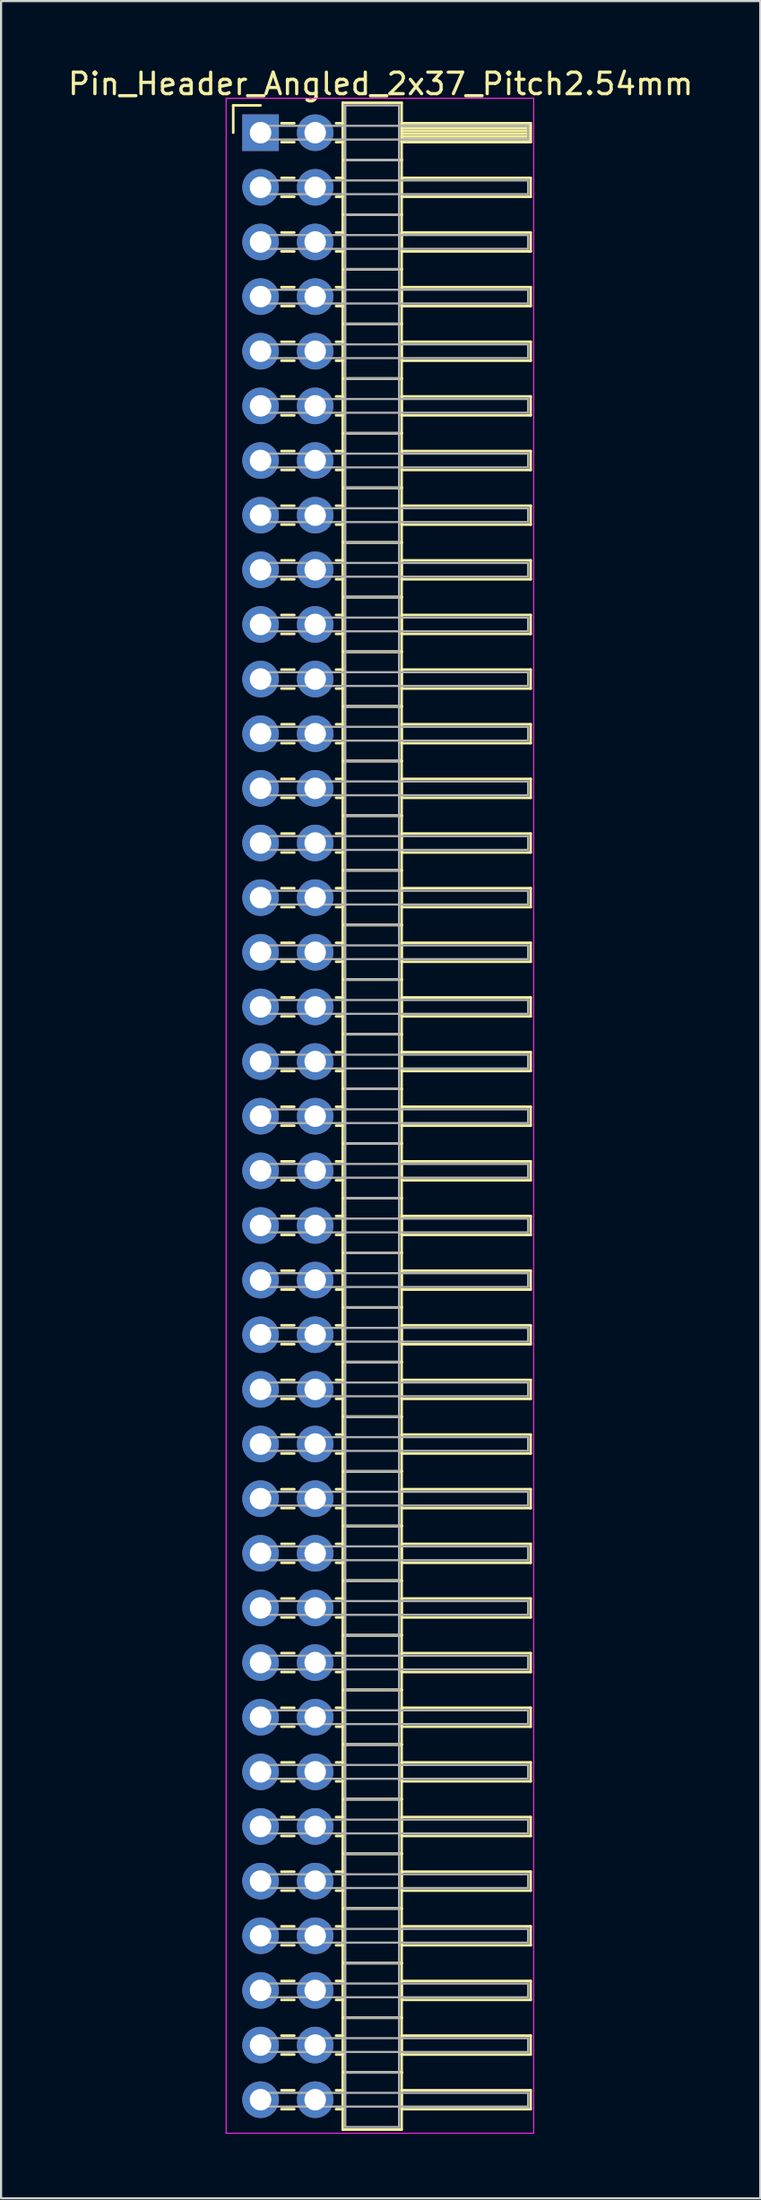
<source format=kicad_pcb>
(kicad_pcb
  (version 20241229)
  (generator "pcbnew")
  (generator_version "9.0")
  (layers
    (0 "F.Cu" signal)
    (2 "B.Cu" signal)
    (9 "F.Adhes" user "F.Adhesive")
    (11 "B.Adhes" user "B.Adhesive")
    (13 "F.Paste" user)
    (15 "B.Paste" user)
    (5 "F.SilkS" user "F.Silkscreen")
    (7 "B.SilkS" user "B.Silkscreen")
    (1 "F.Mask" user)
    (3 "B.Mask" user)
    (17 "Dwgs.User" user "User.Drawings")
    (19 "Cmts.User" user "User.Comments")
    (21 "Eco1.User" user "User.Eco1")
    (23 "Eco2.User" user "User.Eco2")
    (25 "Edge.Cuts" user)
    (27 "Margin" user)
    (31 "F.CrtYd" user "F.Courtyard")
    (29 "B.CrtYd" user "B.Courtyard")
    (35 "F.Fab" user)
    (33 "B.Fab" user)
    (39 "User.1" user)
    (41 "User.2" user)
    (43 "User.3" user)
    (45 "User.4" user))
  (footprint "Pin_Header_Angled_2x37_Pitch2.54mm"
    (layer "F.Cu")
    (at 9.064 3.118)
    (property "Reference" "Pin_Header_Angled_2x37_Pitch2.54mm" (at 5.585 -2.27 0) (layer "F.SilkS") (effects (font (size 1 1) (thickness 0.15))))
    (attr through_hole)
    (fp_line (start -1.27 -1.27) (end 0 -1.27) (stroke (width 0.12) (type solid)) (layer "F.SilkS"))
    (fp_line (start -1.27 0) (end -1.27 -1.27) (stroke (width 0.12) (type solid)) (layer "F.SilkS"))
    (fp_line (start 0.97 -0.44) (end 1.57 -0.44) (stroke (width 0.12) (type solid)) (layer "F.SilkS"))
    (fp_line (start 0.97 0.44) (end 1.57 0.44) (stroke (width 0.12) (type solid)) (layer "F.SilkS"))
    (fp_line (start 0.97 2.1) (end 1.57 2.1) (stroke (width 0.12) (type solid)) (layer "F.SilkS"))
    (fp_line (start 0.97 2.98) (end 1.57 2.98) (stroke (width 0.12) (type solid)) (layer "F.SilkS"))
    (fp_line (start 0.97 4.64) (end 1.57 4.64) (stroke (width 0.12) (type solid)) (layer "F.SilkS"))
    (fp_line (start 0.97 5.52) (end 1.57 5.52) (stroke (width 0.12) (type solid)) (layer "F.SilkS"))
    (fp_line (start 0.97 7.18) (end 1.57 7.18) (stroke (width 0.12) (type solid)) (layer "F.SilkS"))
    (fp_line (start 0.97 8.06) (end 1.57 8.06) (stroke (width 0.12) (type solid)) (layer "F.SilkS"))
    (fp_line (start 0.97 9.72) (end 1.57 9.72) (stroke (width 0.12) (type solid)) (layer "F.SilkS"))
    (fp_line (start 0.97 10.6) (end 1.57 10.6) (stroke (width 0.12) (type solid)) (layer "F.SilkS"))
    (fp_line (start 0.97 12.26) (end 1.57 12.26) (stroke (width 0.12) (type solid)) (layer "F.SilkS"))
    (fp_line (start 0.97 13.14) (end 1.57 13.14) (stroke (width 0.12) (type solid)) (layer "F.SilkS"))
    (fp_line (start 0.97 14.8) (end 1.57 14.8) (stroke (width 0.12) (type solid)) (layer "F.SilkS"))
    (fp_line (start 0.97 15.68) (end 1.57 15.68) (stroke (width 0.12) (type solid)) (layer "F.SilkS"))
    (fp_line (start 0.97 17.34) (end 1.57 17.34) (stroke (width 0.12) (type solid)) (layer "F.SilkS"))
    (fp_line (start 0.97 18.22) (end 1.57 18.22) (stroke (width 0.12) (type solid)) (layer "F.SilkS"))
    (fp_line (start 0.97 19.88) (end 1.57 19.88) (stroke (width 0.12) (type solid)) (layer "F.SilkS"))
    (fp_line (start 0.97 20.76) (end 1.57 20.76) (stroke (width 0.12) (type solid)) (layer "F.SilkS"))
    (fp_line (start 0.97 22.42) (end 1.57 22.42) (stroke (width 0.12) (type solid)) (layer "F.SilkS"))
    (fp_line (start 0.97 23.3) (end 1.57 23.3) (stroke (width 0.12) (type solid)) (layer "F.SilkS"))
    (fp_line (start 0.97 24.96) (end 1.57 24.96) (stroke (width 0.12) (type solid)) (layer "F.SilkS"))
    (fp_line (start 0.97 25.84) (end 1.57 25.84) (stroke (width 0.12) (type solid)) (layer "F.SilkS"))
    (fp_line (start 0.97 27.5) (end 1.57 27.5) (stroke (width 0.12) (type solid)) (layer "F.SilkS"))
    (fp_line (start 0.97 28.38) (end 1.57 28.38) (stroke (width 0.12) (type solid)) (layer "F.SilkS"))
    (fp_line (start 0.97 30.04) (end 1.57 30.04) (stroke (width 0.12) (type solid)) (layer "F.SilkS"))
    (fp_line (start 0.97 30.92) (end 1.57 30.92) (stroke (width 0.12) (type solid)) (layer "F.SilkS"))
    (fp_line (start 0.97 32.58) (end 1.57 32.58) (stroke (width 0.12) (type solid)) (layer "F.SilkS"))
    (fp_line (start 0.97 33.46) (end 1.57 33.46) (stroke (width 0.12) (type solid)) (layer "F.SilkS"))
    (fp_line (start 0.97 35.12) (end 1.57 35.12) (stroke (width 0.12) (type solid)) (layer "F.SilkS"))
    (fp_line (start 0.97 36) (end 1.57 36) (stroke (width 0.12) (type solid)) (layer "F.SilkS"))
    (fp_line (start 0.97 37.66) (end 1.57 37.66) (stroke (width 0.12) (type solid)) (layer "F.SilkS"))
    (fp_line (start 0.97 38.54) (end 1.57 38.54) (stroke (width 0.12) (type solid)) (layer "F.SilkS"))
    (fp_line (start 0.97 40.2) (end 1.57 40.2) (stroke (width 0.12) (type solid)) (layer "F.SilkS"))
    (fp_line (start 0.97 41.08) (end 1.57 41.08) (stroke (width 0.12) (type solid)) (layer "F.SilkS"))
    (fp_line (start 0.97 42.74) (end 1.57 42.74) (stroke (width 0.12) (type solid)) (layer "F.SilkS"))
    (fp_line (start 0.97 43.62) (end 1.57 43.62) (stroke (width 0.12) (type solid)) (layer "F.SilkS"))
    (fp_line (start 0.97 45.28) (end 1.57 45.28) (stroke (width 0.12) (type solid)) (layer "F.SilkS"))
    (fp_line (start 0.97 46.16) (end 1.57 46.16) (stroke (width 0.12) (type solid)) (layer "F.SilkS"))
    (fp_line (start 0.97 47.82) (end 1.57 47.82) (stroke (width 0.12) (type solid)) (layer "F.SilkS"))
    (fp_line (start 0.97 48.7) (end 1.57 48.7) (stroke (width 0.12) (type solid)) (layer "F.SilkS"))
    (fp_line (start 0.97 50.36) (end 1.57 50.36) (stroke (width 0.12) (type solid)) (layer "F.SilkS"))
    (fp_line (start 0.97 51.24) (end 1.57 51.24) (stroke (width 0.12) (type solid)) (layer "F.SilkS"))
    (fp_line (start 0.97 52.9) (end 1.57 52.9) (stroke (width 0.12) (type solid)) (layer "F.SilkS"))
    (fp_line (start 0.97 53.78) (end 1.57 53.78) (stroke (width 0.12) (type solid)) (layer "F.SilkS"))
    (fp_line (start 0.97 55.44) (end 1.57 55.44) (stroke (width 0.12) (type solid)) (layer "F.SilkS"))
    (fp_line (start 0.97 56.32) (end 1.57 56.32) (stroke (width 0.12) (type solid)) (layer "F.SilkS"))
    (fp_line (start 0.97 57.98) (end 1.57 57.98) (stroke (width 0.12) (type solid)) (layer "F.SilkS"))
    (fp_line (start 0.97 58.86) (end 1.57 58.86) (stroke (width 0.12) (type solid)) (layer "F.SilkS"))
    (fp_line (start 0.97 60.52) (end 1.57 60.52) (stroke (width 0.12) (type solid)) (layer "F.SilkS"))
    (fp_line (start 0.97 61.4) (end 1.57 61.4) (stroke (width 0.12) (type solid)) (layer "F.SilkS"))
    (fp_line (start 0.97 63.06) (end 1.57 63.06) (stroke (width 0.12) (type solid)) (layer "F.SilkS"))
    (fp_line (start 0.97 63.94) (end 1.57 63.94) (stroke (width 0.12) (type solid)) (layer "F.SilkS"))
    (fp_line (start 0.97 65.6) (end 1.57 65.6) (stroke (width 0.12) (type solid)) (layer "F.SilkS"))
    (fp_line (start 0.97 66.48) (end 1.57 66.48) (stroke (width 0.12) (type solid)) (layer "F.SilkS"))
    (fp_line (start 0.97 68.14) (end 1.57 68.14) (stroke (width 0.12) (type solid)) (layer "F.SilkS"))
    (fp_line (start 0.97 69.02) (end 1.57 69.02) (stroke (width 0.12) (type solid)) (layer "F.SilkS"))
    (fp_line (start 0.97 70.68) (end 1.57 70.68) (stroke (width 0.12) (type solid)) (layer "F.SilkS"))
    (fp_line (start 0.97 71.56) (end 1.57 71.56) (stroke (width 0.12) (type solid)) (layer "F.SilkS"))
    (fp_line (start 0.97 73.22) (end 1.57 73.22) (stroke (width 0.12) (type solid)) (layer "F.SilkS"))
    (fp_line (start 0.97 74.1) (end 1.57 74.1) (stroke (width 0.12) (type solid)) (layer "F.SilkS"))
    (fp_line (start 0.97 75.76) (end 1.57 75.76) (stroke (width 0.12) (type solid)) (layer "F.SilkS"))
    (fp_line (start 0.97 76.64) (end 1.57 76.64) (stroke (width 0.12) (type solid)) (layer "F.SilkS"))
    (fp_line (start 0.97 78.3) (end 1.57 78.3) (stroke (width 0.12) (type solid)) (layer "F.SilkS"))
    (fp_line (start 0.97 79.18) (end 1.57 79.18) (stroke (width 0.12) (type solid)) (layer "F.SilkS"))
    (fp_line (start 0.97 80.84) (end 1.57 80.84) (stroke (width 0.12) (type solid)) (layer "F.SilkS"))
    (fp_line (start 0.97 81.72) (end 1.57 81.72) (stroke (width 0.12) (type solid)) (layer "F.SilkS"))
    (fp_line (start 0.97 83.38) (end 1.57 83.38) (stroke (width 0.12) (type solid)) (layer "F.SilkS"))
    (fp_line (start 0.97 84.26) (end 1.57 84.26) (stroke (width 0.12) (type solid)) (layer "F.SilkS"))
    (fp_line (start 0.97 85.92) (end 1.57 85.92) (stroke (width 0.12) (type solid)) (layer "F.SilkS"))
    (fp_line (start 0.97 86.8) (end 1.57 86.8) (stroke (width 0.12) (type solid)) (layer "F.SilkS"))
    (fp_line (start 0.97 88.46) (end 1.57 88.46) (stroke (width 0.12) (type solid)) (layer "F.SilkS"))
    (fp_line (start 0.97 89.34) (end 1.57 89.34) (stroke (width 0.12) (type solid)) (layer "F.SilkS"))
    (fp_line (start 0.97 91) (end 1.57 91) (stroke (width 0.12) (type solid)) (layer "F.SilkS"))
    (fp_line (start 0.97 91.88) (end 1.57 91.88) (stroke (width 0.12) (type solid)) (layer "F.SilkS"))
    (fp_line (start 3.51 -0.44) (end 3.82 -0.44) (stroke (width 0.12) (type solid)) (layer "F.SilkS"))
    (fp_line (start 3.51 0.44) (end 3.82 0.44) (stroke (width 0.12) (type solid)) (layer "F.SilkS"))
    (fp_line (start 3.51 2.1) (end 3.82 2.1) (stroke (width 0.12) (type solid)) (layer "F.SilkS"))
    (fp_line (start 3.51 2.98) (end 3.82 2.98) (stroke (width 0.12) (type solid)) (layer "F.SilkS"))
    (fp_line (start 3.51 4.64) (end 3.82 4.64) (stroke (width 0.12) (type solid)) (layer "F.SilkS"))
    (fp_line (start 3.51 5.52) (end 3.82 5.52) (stroke (width 0.12) (type solid)) (layer "F.SilkS"))
    (fp_line (start 3.51 7.18) (end 3.82 7.18) (stroke (width 0.12) (type solid)) (layer "F.SilkS"))
    (fp_line (start 3.51 8.06) (end 3.82 8.06) (stroke (width 0.12) (type solid)) (layer "F.SilkS"))
    (fp_line (start 3.51 9.72) (end 3.82 9.72) (stroke (width 0.12) (type solid)) (layer "F.SilkS"))
    (fp_line (start 3.51 10.6) (end 3.82 10.6) (stroke (width 0.12) (type solid)) (layer "F.SilkS"))
    (fp_line (start 3.51 12.26) (end 3.82 12.26) (stroke (width 0.12) (type solid)) (layer "F.SilkS"))
    (fp_line (start 3.51 13.14) (end 3.82 13.14) (stroke (width 0.12) (type solid)) (layer "F.SilkS"))
    (fp_line (start 3.51 14.8) (end 3.82 14.8) (stroke (width 0.12) (type solid)) (layer "F.SilkS"))
    (fp_line (start 3.51 15.68) (end 3.82 15.68) (stroke (width 0.12) (type solid)) (layer "F.SilkS"))
    (fp_line (start 3.51 17.34) (end 3.82 17.34) (stroke (width 0.12) (type solid)) (layer "F.SilkS"))
    (fp_line (start 3.51 18.22) (end 3.82 18.22) (stroke (width 0.12) (type solid)) (layer "F.SilkS"))
    (fp_line (start 3.51 19.88) (end 3.82 19.88) (stroke (width 0.12) (type solid)) (layer "F.SilkS"))
    (fp_line (start 3.51 20.76) (end 3.82 20.76) (stroke (width 0.12) (type solid)) (layer "F.SilkS"))
    (fp_line (start 3.51 22.42) (end 3.82 22.42) (stroke (width 0.12) (type solid)) (layer "F.SilkS"))
    (fp_line (start 3.51 23.3) (end 3.82 23.3) (stroke (width 0.12) (type solid)) (layer "F.SilkS"))
    (fp_line (start 3.51 24.96) (end 3.82 24.96) (stroke (width 0.12) (type solid)) (layer "F.SilkS"))
    (fp_line (start 3.51 25.84) (end 3.82 25.84) (stroke (width 0.12) (type solid)) (layer "F.SilkS"))
    (fp_line (start 3.51 27.5) (end 3.82 27.5) (stroke (width 0.12) (type solid)) (layer "F.SilkS"))
    (fp_line (start 3.51 28.38) (end 3.82 28.38) (stroke (width 0.12) (type solid)) (layer "F.SilkS"))
    (fp_line (start 3.51 30.04) (end 3.82 30.04) (stroke (width 0.12) (type solid)) (layer "F.SilkS"))
    (fp_line (start 3.51 30.92) (end 3.82 30.92) (stroke (width 0.12) (type solid)) (layer "F.SilkS"))
    (fp_line (start 3.51 32.58) (end 3.82 32.58) (stroke (width 0.12) (type solid)) (layer "F.SilkS"))
    (fp_line (start 3.51 33.46) (end 3.82 33.46) (stroke (width 0.12) (type solid)) (layer "F.SilkS"))
    (fp_line (start 3.51 35.12) (end 3.82 35.12) (stroke (width 0.12) (type solid)) (layer "F.SilkS"))
    (fp_line (start 3.51 36) (end 3.82 36) (stroke (width 0.12) (type solid)) (layer "F.SilkS"))
    (fp_line (start 3.51 37.66) (end 3.82 37.66) (stroke (width 0.12) (type solid)) (layer "F.SilkS"))
    (fp_line (start 3.51 38.54) (end 3.82 38.54) (stroke (width 0.12) (type solid)) (layer "F.SilkS"))
    (fp_line (start 3.51 40.2) (end 3.82 40.2) (stroke (width 0.12) (type solid)) (layer "F.SilkS"))
    (fp_line (start 3.51 41.08) (end 3.82 41.08) (stroke (width 0.12) (type solid)) (layer "F.SilkS"))
    (fp_line (start 3.51 42.74) (end 3.82 42.74) (stroke (width 0.12) (type solid)) (layer "F.SilkS"))
    (fp_line (start 3.51 43.62) (end 3.82 43.62) (stroke (width 0.12) (type solid)) (layer "F.SilkS"))
    (fp_line (start 3.51 45.28) (end 3.82 45.28) (stroke (width 0.12) (type solid)) (layer "F.SilkS"))
    (fp_line (start 3.51 46.16) (end 3.82 46.16) (stroke (width 0.12) (type solid)) (layer "F.SilkS"))
    (fp_line (start 3.51 47.82) (end 3.82 47.82) (stroke (width 0.12) (type solid)) (layer "F.SilkS"))
    (fp_line (start 3.51 48.7) (end 3.82 48.7) (stroke (width 0.12) (type solid)) (layer "F.SilkS"))
    (fp_line (start 3.51 50.36) (end 3.82 50.36) (stroke (width 0.12) (type solid)) (layer "F.SilkS"))
    (fp_line (start 3.51 51.24) (end 3.82 51.24) (stroke (width 0.12) (type solid)) (layer "F.SilkS"))
    (fp_line (start 3.51 52.9) (end 3.82 52.9) (stroke (width 0.12) (type solid)) (layer "F.SilkS"))
    (fp_line (start 3.51 53.78) (end 3.82 53.78) (stroke (width 0.12) (type solid)) (layer "F.SilkS"))
    (fp_line (start 3.51 55.44) (end 3.82 55.44) (stroke (width 0.12) (type solid)) (layer "F.SilkS"))
    (fp_line (start 3.51 56.32) (end 3.82 56.32) (stroke (width 0.12) (type solid)) (layer "F.SilkS"))
    (fp_line (start 3.51 57.98) (end 3.82 57.98) (stroke (width 0.12) (type solid)) (layer "F.SilkS"))
    (fp_line (start 3.51 58.86) (end 3.82 58.86) (stroke (width 0.12) (type solid)) (layer "F.SilkS"))
    (fp_line (start 3.51 60.52) (end 3.82 60.52) (stroke (width 0.12) (type solid)) (layer "F.SilkS"))
    (fp_line (start 3.51 61.4) (end 3.82 61.4) (stroke (width 0.12) (type solid)) (layer "F.SilkS"))
    (fp_line (start 3.51 63.06) (end 3.82 63.06) (stroke (width 0.12) (type solid)) (layer "F.SilkS"))
    (fp_line (start 3.51 63.94) (end 3.82 63.94) (stroke (width 0.12) (type solid)) (layer "F.SilkS"))
    (fp_line (start 3.51 65.6) (end 3.82 65.6) (stroke (width 0.12) (type solid)) (layer "F.SilkS"))
    (fp_line (start 3.51 66.48) (end 3.82 66.48) (stroke (width 0.12) (type solid)) (layer "F.SilkS"))
    (fp_line (start 3.51 68.14) (end 3.82 68.14) (stroke (width 0.12) (type solid)) (layer "F.SilkS"))
    (fp_line (start 3.51 69.02) (end 3.82 69.02) (stroke (width 0.12) (type solid)) (layer "F.SilkS"))
    (fp_line (start 3.51 70.68) (end 3.82 70.68) (stroke (width 0.12) (type solid)) (layer "F.SilkS"))
    (fp_line (start 3.51 71.56) (end 3.82 71.56) (stroke (width 0.12) (type solid)) (layer "F.SilkS"))
    (fp_line (start 3.51 73.22) (end 3.82 73.22) (stroke (width 0.12) (type solid)) (layer "F.SilkS"))
    (fp_line (start 3.51 74.1) (end 3.82 74.1) (stroke (width 0.12) (type solid)) (layer "F.SilkS"))
    (fp_line (start 3.51 75.76) (end 3.82 75.76) (stroke (width 0.12) (type solid)) (layer "F.SilkS"))
    (fp_line (start 3.51 76.64) (end 3.82 76.64) (stroke (width 0.12) (type solid)) (layer "F.SilkS"))
    (fp_line (start 3.51 78.3) (end 3.82 78.3) (stroke (width 0.12) (type solid)) (layer "F.SilkS"))
    (fp_line (start 3.51 79.18) (end 3.82 79.18) (stroke (width 0.12) (type solid)) (layer "F.SilkS"))
    (fp_line (start 3.51 80.84) (end 3.82 80.84) (stroke (width 0.12) (type solid)) (layer "F.SilkS"))
    (fp_line (start 3.51 81.72) (end 3.82 81.72) (stroke (width 0.12) (type solid)) (layer "F.SilkS"))
    (fp_line (start 3.51 83.38) (end 3.82 83.38) (stroke (width 0.12) (type solid)) (layer "F.SilkS"))
    (fp_line (start 3.51 84.26) (end 3.82 84.26) (stroke (width 0.12) (type solid)) (layer "F.SilkS"))
    (fp_line (start 3.51 85.92) (end 3.82 85.92) (stroke (width 0.12) (type solid)) (layer "F.SilkS"))
    (fp_line (start 3.51 86.8) (end 3.82 86.8) (stroke (width 0.12) (type solid)) (layer "F.SilkS"))
    (fp_line (start 3.51 88.46) (end 3.82 88.46) (stroke (width 0.12) (type solid)) (layer "F.SilkS"))
    (fp_line (start 3.51 89.34) (end 3.82 89.34) (stroke (width 0.12) (type solid)) (layer "F.SilkS"))
    (fp_line (start 3.51 91) (end 3.82 91) (stroke (width 0.12) (type solid)) (layer "F.SilkS"))
    (fp_line (start 3.51 91.88) (end 3.82 91.88) (stroke (width 0.12) (type solid)) (layer "F.SilkS"))
    (fp_line (start 3.82 -1.39) (end 3.82 1.27) (stroke (width 0.12) (type solid)) (layer "F.SilkS"))
    (fp_line (start 3.82 1.27) (end 3.82 3.81) (stroke (width 0.12) (type solid)) (layer "F.SilkS"))
    (fp_line (start 3.82 1.27) (end 6.56 1.27) (stroke (width 0.12) (type solid)) (layer "F.SilkS"))
    (fp_line (start 3.82 3.81) (end 3.82 6.35) (stroke (width 0.12) (type solid)) (layer "F.SilkS"))
    (fp_line (start 3.82 3.81) (end 6.56 3.81) (stroke (width 0.12) (type solid)) (layer "F.SilkS"))
    (fp_line (start 3.82 6.35) (end 3.82 8.89) (stroke (width 0.12) (type solid)) (layer "F.SilkS"))
    (fp_line (start 3.82 6.35) (end 6.56 6.35) (stroke (width 0.12) (type solid)) (layer "F.SilkS"))
    (fp_line (start 3.82 8.89) (end 3.82 11.43) (stroke (width 0.12) (type solid)) (layer "F.SilkS"))
    (fp_line (start 3.82 8.89) (end 6.56 8.89) (stroke (width 0.12) (type solid)) (layer "F.SilkS"))
    (fp_line (start 3.82 11.43) (end 3.82 13.97) (stroke (width 0.12) (type solid)) (layer "F.SilkS"))
    (fp_line (start 3.82 11.43) (end 6.56 11.43) (stroke (width 0.12) (type solid)) (layer "F.SilkS"))
    (fp_line (start 3.82 13.97) (end 3.82 16.51) (stroke (width 0.12) (type solid)) (layer "F.SilkS"))
    (fp_line (start 3.82 13.97) (end 6.56 13.97) (stroke (width 0.12) (type solid)) (layer "F.SilkS"))
    (fp_line (start 3.82 16.51) (end 3.82 19.05) (stroke (width 0.12) (type solid)) (layer "F.SilkS"))
    (fp_line (start 3.82 16.51) (end 6.56 16.51) (stroke (width 0.12) (type solid)) (layer "F.SilkS"))
    (fp_line (start 3.82 19.05) (end 3.82 21.59) (stroke (width 0.12) (type solid)) (layer "F.SilkS"))
    (fp_line (start 3.82 19.05) (end 6.56 19.05) (stroke (width 0.12) (type solid)) (layer "F.SilkS"))
    (fp_line (start 3.82 21.59) (end 3.82 24.13) (stroke (width 0.12) (type solid)) (layer "F.SilkS"))
    (fp_line (start 3.82 21.59) (end 6.56 21.59) (stroke (width 0.12) (type solid)) (layer "F.SilkS"))
    (fp_line (start 3.82 24.13) (end 3.82 26.67) (stroke (width 0.12) (type solid)) (layer "F.SilkS"))
    (fp_line (start 3.82 24.13) (end 6.56 24.13) (stroke (width 0.12) (type solid)) (layer "F.SilkS"))
    (fp_line (start 3.82 26.67) (end 3.82 29.21) (stroke (width 0.12) (type solid)) (layer "F.SilkS"))
    (fp_line (start 3.82 26.67) (end 6.56 26.67) (stroke (width 0.12) (type solid)) (layer "F.SilkS"))
    (fp_line (start 3.82 29.21) (end 3.82 31.75) (stroke (width 0.12) (type solid)) (layer "F.SilkS"))
    (fp_line (start 3.82 29.21) (end 6.56 29.21) (stroke (width 0.12) (type solid)) (layer "F.SilkS"))
    (fp_line (start 3.82 31.75) (end 3.82 34.29) (stroke (width 0.12) (type solid)) (layer "F.SilkS"))
    (fp_line (start 3.82 31.75) (end 6.56 31.75) (stroke (width 0.12) (type solid)) (layer "F.SilkS"))
    (fp_line (start 3.82 34.29) (end 3.82 36.83) (stroke (width 0.12) (type solid)) (layer "F.SilkS"))
    (fp_line (start 3.82 34.29) (end 6.56 34.29) (stroke (width 0.12) (type solid)) (layer "F.SilkS"))
    (fp_line (start 3.82 36.83) (end 3.82 39.37) (stroke (width 0.12) (type solid)) (layer "F.SilkS"))
    (fp_line (start 3.82 36.83) (end 6.56 36.83) (stroke (width 0.12) (type solid)) (layer "F.SilkS"))
    (fp_line (start 3.82 39.37) (end 3.82 41.91) (stroke (width 0.12) (type solid)) (layer "F.SilkS"))
    (fp_line (start 3.82 39.37) (end 6.56 39.37) (stroke (width 0.12) (type solid)) (layer "F.SilkS"))
    (fp_line (start 3.82 41.91) (end 3.82 44.45) (stroke (width 0.12) (type solid)) (layer "F.SilkS"))
    (fp_line (start 3.82 41.91) (end 6.56 41.91) (stroke (width 0.12) (type solid)) (layer "F.SilkS"))
    (fp_line (start 3.82 44.45) (end 3.82 46.99) (stroke (width 0.12) (type solid)) (layer "F.SilkS"))
    (fp_line (start 3.82 44.45) (end 6.56 44.45) (stroke (width 0.12) (type solid)) (layer "F.SilkS"))
    (fp_line (start 3.82 46.99) (end 3.82 49.53) (stroke (width 0.12) (type solid)) (layer "F.SilkS"))
    (fp_line (start 3.82 46.99) (end 6.56 46.99) (stroke (width 0.12) (type solid)) (layer "F.SilkS"))
    (fp_line (start 3.82 49.53) (end 3.82 52.07) (stroke (width 0.12) (type solid)) (layer "F.SilkS"))
    (fp_line (start 3.82 49.53) (end 6.56 49.53) (stroke (width 0.12) (type solid)) (layer "F.SilkS"))
    (fp_line (start 3.82 52.07) (end 3.82 54.61) (stroke (width 0.12) (type solid)) (layer "F.SilkS"))
    (fp_line (start 3.82 52.07) (end 6.56 52.07) (stroke (width 0.12) (type solid)) (layer "F.SilkS"))
    (fp_line (start 3.82 54.61) (end 3.82 57.15) (stroke (width 0.12) (type solid)) (layer "F.SilkS"))
    (fp_line (start 3.82 54.61) (end 6.56 54.61) (stroke (width 0.12) (type solid)) (layer "F.SilkS"))
    (fp_line (start 3.82 57.15) (end 3.82 59.69) (stroke (width 0.12) (type solid)) (layer "F.SilkS"))
    (fp_line (start 3.82 57.15) (end 6.56 57.15) (stroke (width 0.12) (type solid)) (layer "F.SilkS"))
    (fp_line (start 3.82 59.69) (end 3.82 62.23) (stroke (width 0.12) (type solid)) (layer "F.SilkS"))
    (fp_line (start 3.82 59.69) (end 6.56 59.69) (stroke (width 0.12) (type solid)) (layer "F.SilkS"))
    (fp_line (start 3.82 62.23) (end 3.82 64.77) (stroke (width 0.12) (type solid)) (layer "F.SilkS"))
    (fp_line (start 3.82 62.23) (end 6.56 62.23) (stroke (width 0.12) (type solid)) (layer "F.SilkS"))
    (fp_line (start 3.82 64.77) (end 3.82 67.31) (stroke (width 0.12) (type solid)) (layer "F.SilkS"))
    (fp_line (start 3.82 64.77) (end 6.56 64.77) (stroke (width 0.12) (type solid)) (layer "F.SilkS"))
    (fp_line (start 3.82 67.31) (end 3.82 69.85) (stroke (width 0.12) (type solid)) (layer "F.SilkS"))
    (fp_line (start 3.82 67.31) (end 6.56 67.31) (stroke (width 0.12) (type solid)) (layer "F.SilkS"))
    (fp_line (start 3.82 69.85) (end 3.82 72.39) (stroke (width 0.12) (type solid)) (layer "F.SilkS"))
    (fp_line (start 3.82 69.85) (end 6.56 69.85) (stroke (width 0.12) (type solid)) (layer "F.SilkS"))
    (fp_line (start 3.82 72.39) (end 3.82 74.93) (stroke (width 0.12) (type solid)) (layer "F.SilkS"))
    (fp_line (start 3.82 72.39) (end 6.56 72.39) (stroke (width 0.12) (type solid)) (layer "F.SilkS"))
    (fp_line (start 3.82 74.93) (end 3.82 77.47) (stroke (width 0.12) (type solid)) (layer "F.SilkS"))
    (fp_line (start 3.82 74.93) (end 6.56 74.93) (stroke (width 0.12) (type solid)) (layer "F.SilkS"))
    (fp_line (start 3.82 77.47) (end 3.82 80.01) (stroke (width 0.12) (type solid)) (layer "F.SilkS"))
    (fp_line (start 3.82 77.47) (end 6.56 77.47) (stroke (width 0.12) (type solid)) (layer "F.SilkS"))
    (fp_line (start 3.82 80.01) (end 3.82 82.55) (stroke (width 0.12) (type solid)) (layer "F.SilkS"))
    (fp_line (start 3.82 80.01) (end 6.56 80.01) (stroke (width 0.12) (type solid)) (layer "F.SilkS"))
    (fp_line (start 3.82 82.55) (end 3.82 85.09) (stroke (width 0.12) (type solid)) (layer "F.SilkS"))
    (fp_line (start 3.82 82.55) (end 6.56 82.55) (stroke (width 0.12) (type solid)) (layer "F.SilkS"))
    (fp_line (start 3.82 85.09) (end 3.82 87.63) (stroke (width 0.12) (type solid)) (layer "F.SilkS"))
    (fp_line (start 3.82 85.09) (end 6.56 85.09) (stroke (width 0.12) (type solid)) (layer "F.SilkS"))
    (fp_line (start 3.82 87.63) (end 3.82 90.17) (stroke (width 0.12) (type solid)) (layer "F.SilkS"))
    (fp_line (start 3.82 87.63) (end 6.56 87.63) (stroke (width 0.12) (type solid)) (layer "F.SilkS"))
    (fp_line (start 3.82 90.17) (end 3.82 92.83) (stroke (width 0.12) (type solid)) (layer "F.SilkS"))
    (fp_line (start 3.82 90.17) (end 6.56 90.17) (stroke (width 0.12) (type solid)) (layer "F.SilkS"))
    (fp_line (start 3.82 92.83) (end 6.56 92.83) (stroke (width 0.12) (type solid)) (layer "F.SilkS"))
    (fp_line (start 6.56 -1.39) (end 3.82 -1.39) (stroke (width 0.12) (type solid)) (layer "F.SilkS"))
    (fp_line (start 6.56 -0.44) (end 6.56 0.44) (stroke (width 0.12) (type solid)) (layer "F.SilkS"))
    (fp_line (start 6.56 -0.32) (end 12.56 -0.32) (stroke (width 0.12) (type solid)) (layer "F.SilkS"))
    (fp_line (start 6.56 -0.2) (end 12.56 -0.2) (stroke (width 0.12) (type solid)) (layer "F.SilkS"))
    (fp_line (start 6.56 -0.08) (end 12.56 -0.08) (stroke (width 0.12) (type solid)) (layer "F.SilkS"))
    (fp_line (start 6.56 0.04) (end 12.56 0.04) (stroke (width 0.12) (type solid)) (layer "F.SilkS"))
    (fp_line (start 6.56 0.16) (end 12.56 0.16) (stroke (width 0.12) (type solid)) (layer "F.SilkS"))
    (fp_line (start 6.56 0.28) (end 12.56 0.28) (stroke (width 0.12) (type solid)) (layer "F.SilkS"))
    (fp_line (start 6.56 0.4) (end 12.56 0.4) (stroke (width 0.12) (type solid)) (layer "F.SilkS"))
    (fp_line (start 6.56 0.44) (end 12.56 0.44) (stroke (width 0.12) (type solid)) (layer "F.SilkS"))
    (fp_line (start 6.56 1.27) (end 3.82 1.27) (stroke (width 0.12) (type solid)) (layer "F.SilkS"))
    (fp_line (start 6.56 1.27) (end 6.56 -1.39) (stroke (width 0.12) (type solid)) (layer "F.SilkS"))
    (fp_line (start 6.56 2.1) (end 6.56 2.98) (stroke (width 0.12) (type solid)) (layer "F.SilkS"))
    (fp_line (start 6.56 2.98) (end 12.56 2.98) (stroke (width 0.12) (type solid)) (layer "F.SilkS"))
    (fp_line (start 6.56 3.81) (end 3.82 3.81) (stroke (width 0.12) (type solid)) (layer "F.SilkS"))
    (fp_line (start 6.56 3.81) (end 6.56 1.27) (stroke (width 0.12) (type solid)) (layer "F.SilkS"))
    (fp_line (start 6.56 4.64) (end 6.56 5.52) (stroke (width 0.12) (type solid)) (layer "F.SilkS"))
    (fp_line (start 6.56 5.52) (end 12.56 5.52) (stroke (width 0.12) (type solid)) (layer "F.SilkS"))
    (fp_line (start 6.56 6.35) (end 3.82 6.35) (stroke (width 0.12) (type solid)) (layer "F.SilkS"))
    (fp_line (start 6.56 6.35) (end 6.56 3.81) (stroke (width 0.12) (type solid)) (layer "F.SilkS"))
    (fp_line (start 6.56 7.18) (end 6.56 8.06) (stroke (width 0.12) (type solid)) (layer "F.SilkS"))
    (fp_line (start 6.56 8.06) (end 12.56 8.06) (stroke (width 0.12) (type solid)) (layer "F.SilkS"))
    (fp_line (start 6.56 8.89) (end 3.82 8.89) (stroke (width 0.12) (type solid)) (layer "F.SilkS"))
    (fp_line (start 6.56 8.89) (end 6.56 6.35) (stroke (width 0.12) (type solid)) (layer "F.SilkS"))
    (fp_line (start 6.56 9.72) (end 6.56 10.6) (stroke (width 0.12) (type solid)) (layer "F.SilkS"))
    (fp_line (start 6.56 10.6) (end 12.56 10.6) (stroke (width 0.12) (type solid)) (layer "F.SilkS"))
    (fp_line (start 6.56 11.43) (end 3.82 11.43) (stroke (width 0.12) (type solid)) (layer "F.SilkS"))
    (fp_line (start 6.56 11.43) (end 6.56 8.89) (stroke (width 0.12) (type solid)) (layer "F.SilkS"))
    (fp_line (start 6.56 12.26) (end 6.56 13.14) (stroke (width 0.12) (type solid)) (layer "F.SilkS"))
    (fp_line (start 6.56 13.14) (end 12.56 13.14) (stroke (width 0.12) (type solid)) (layer "F.SilkS"))
    (fp_line (start 6.56 13.97) (end 3.82 13.97) (stroke (width 0.12) (type solid)) (layer "F.SilkS"))
    (fp_line (start 6.56 13.97) (end 6.56 11.43) (stroke (width 0.12) (type solid)) (layer "F.SilkS"))
    (fp_line (start 6.56 14.8) (end 6.56 15.68) (stroke (width 0.12) (type solid)) (layer "F.SilkS"))
    (fp_line (start 6.56 15.68) (end 12.56 15.68) (stroke (width 0.12) (type solid)) (layer "F.SilkS"))
    (fp_line (start 6.56 16.51) (end 3.82 16.51) (stroke (width 0.12) (type solid)) (layer "F.SilkS"))
    (fp_line (start 6.56 16.51) (end 6.56 13.97) (stroke (width 0.12) (type solid)) (layer "F.SilkS"))
    (fp_line (start 6.56 17.34) (end 6.56 18.22) (stroke (width 0.12) (type solid)) (layer "F.SilkS"))
    (fp_line (start 6.56 18.22) (end 12.56 18.22) (stroke (width 0.12) (type solid)) (layer "F.SilkS"))
    (fp_line (start 6.56 19.05) (end 3.82 19.05) (stroke (width 0.12) (type solid)) (layer "F.SilkS"))
    (fp_line (start 6.56 19.05) (end 6.56 16.51) (stroke (width 0.12) (type solid)) (layer "F.SilkS"))
    (fp_line (start 6.56 19.88) (end 6.56 20.76) (stroke (width 0.12) (type solid)) (layer "F.SilkS"))
    (fp_line (start 6.56 20.76) (end 12.56 20.76) (stroke (width 0.12) (type solid)) (layer "F.SilkS"))
    (fp_line (start 6.56 21.59) (end 3.82 21.59) (stroke (width 0.12) (type solid)) (layer "F.SilkS"))
    (fp_line (start 6.56 21.59) (end 6.56 19.05) (stroke (width 0.12) (type solid)) (layer "F.SilkS"))
    (fp_line (start 6.56 22.42) (end 6.56 23.3) (stroke (width 0.12) (type solid)) (layer "F.SilkS"))
    (fp_line (start 6.56 23.3) (end 12.56 23.3) (stroke (width 0.12) (type solid)) (layer "F.SilkS"))
    (fp_line (start 6.56 24.13) (end 3.82 24.13) (stroke (width 0.12) (type solid)) (layer "F.SilkS"))
    (fp_line (start 6.56 24.13) (end 6.56 21.59) (stroke (width 0.12) (type solid)) (layer "F.SilkS"))
    (fp_line (start 6.56 24.96) (end 6.56 25.84) (stroke (width 0.12) (type solid)) (layer "F.SilkS"))
    (fp_line (start 6.56 25.84) (end 12.56 25.84) (stroke (width 0.12) (type solid)) (layer "F.SilkS"))
    (fp_line (start 6.56 26.67) (end 3.82 26.67) (stroke (width 0.12) (type solid)) (layer "F.SilkS"))
    (fp_line (start 6.56 26.67) (end 6.56 24.13) (stroke (width 0.12) (type solid)) (layer "F.SilkS"))
    (fp_line (start 6.56 27.5) (end 6.56 28.38) (stroke (width 0.12) (type solid)) (layer "F.SilkS"))
    (fp_line (start 6.56 28.38) (end 12.56 28.38) (stroke (width 0.12) (type solid)) (layer "F.SilkS"))
    (fp_line (start 6.56 29.21) (end 3.82 29.21) (stroke (width 0.12) (type solid)) (layer "F.SilkS"))
    (fp_line (start 6.56 29.21) (end 6.56 26.67) (stroke (width 0.12) (type solid)) (layer "F.SilkS"))
    (fp_line (start 6.56 30.04) (end 6.56 30.92) (stroke (width 0.12) (type solid)) (layer "F.SilkS"))
    (fp_line (start 6.56 30.92) (end 12.56 30.92) (stroke (width 0.12) (type solid)) (layer "F.SilkS"))
    (fp_line (start 6.56 31.75) (end 3.82 31.75) (stroke (width 0.12) (type solid)) (layer "F.SilkS"))
    (fp_line (start 6.56 31.75) (end 6.56 29.21) (stroke (width 0.12) (type solid)) (layer "F.SilkS"))
    (fp_line (start 6.56 32.58) (end 6.56 33.46) (stroke (width 0.12) (type solid)) (layer "F.SilkS"))
    (fp_line (start 6.56 33.46) (end 12.56 33.46) (stroke (width 0.12) (type solid)) (layer "F.SilkS"))
    (fp_line (start 6.56 34.29) (end 3.82 34.29) (stroke (width 0.12) (type solid)) (layer "F.SilkS"))
    (fp_line (start 6.56 34.29) (end 6.56 31.75) (stroke (width 0.12) (type solid)) (layer "F.SilkS"))
    (fp_line (start 6.56 35.12) (end 6.56 36) (stroke (width 0.12) (type solid)) (layer "F.SilkS"))
    (fp_line (start 6.56 36) (end 12.56 36) (stroke (width 0.12) (type solid)) (layer "F.SilkS"))
    (fp_line (start 6.56 36.83) (end 3.82 36.83) (stroke (width 0.12) (type solid)) (layer "F.SilkS"))
    (fp_line (start 6.56 36.83) (end 6.56 34.29) (stroke (width 0.12) (type solid)) (layer "F.SilkS"))
    (fp_line (start 6.56 37.66) (end 6.56 38.54) (stroke (width 0.12) (type solid)) (layer "F.SilkS"))
    (fp_line (start 6.56 38.54) (end 12.56 38.54) (stroke (width 0.12) (type solid)) (layer "F.SilkS"))
    (fp_line (start 6.56 39.37) (end 3.82 39.37) (stroke (width 0.12) (type solid)) (layer "F.SilkS"))
    (fp_line (start 6.56 39.37) (end 6.56 36.83) (stroke (width 0.12) (type solid)) (layer "F.SilkS"))
    (fp_line (start 6.56 40.2) (end 6.56 41.08) (stroke (width 0.12) (type solid)) (layer "F.SilkS"))
    (fp_line (start 6.56 41.08) (end 12.56 41.08) (stroke (width 0.12) (type solid)) (layer "F.SilkS"))
    (fp_line (start 6.56 41.91) (end 3.82 41.91) (stroke (width 0.12) (type solid)) (layer "F.SilkS"))
    (fp_line (start 6.56 41.91) (end 6.56 39.37) (stroke (width 0.12) (type solid)) (layer "F.SilkS"))
    (fp_line (start 6.56 42.74) (end 6.56 43.62) (stroke (width 0.12) (type solid)) (layer "F.SilkS"))
    (fp_line (start 6.56 43.62) (end 12.56 43.62) (stroke (width 0.12) (type solid)) (layer "F.SilkS"))
    (fp_line (start 6.56 44.45) (end 3.82 44.45) (stroke (width 0.12) (type solid)) (layer "F.SilkS"))
    (fp_line (start 6.56 44.45) (end 6.56 41.91) (stroke (width 0.12) (type solid)) (layer "F.SilkS"))
    (fp_line (start 6.56 45.28) (end 6.56 46.16) (stroke (width 0.12) (type solid)) (layer "F.SilkS"))
    (fp_line (start 6.56 46.16) (end 12.56 46.16) (stroke (width 0.12) (type solid)) (layer "F.SilkS"))
    (fp_line (start 6.56 46.99) (end 3.82 46.99) (stroke (width 0.12) (type solid)) (layer "F.SilkS"))
    (fp_line (start 6.56 46.99) (end 6.56 44.45) (stroke (width 0.12) (type solid)) (layer "F.SilkS"))
    (fp_line (start 6.56 47.82) (end 6.56 48.7) (stroke (width 0.12) (type solid)) (layer "F.SilkS"))
    (fp_line (start 6.56 48.7) (end 12.56 48.7) (stroke (width 0.12) (type solid)) (layer "F.SilkS"))
    (fp_line (start 6.56 49.53) (end 3.82 49.53) (stroke (width 0.12) (type solid)) (layer "F.SilkS"))
    (fp_line (start 6.56 49.53) (end 6.56 46.99) (stroke (width 0.12) (type solid)) (layer "F.SilkS"))
    (fp_line (start 6.56 50.36) (end 6.56 51.24) (stroke (width 0.12) (type solid)) (layer "F.SilkS"))
    (fp_line (start 6.56 51.24) (end 12.56 51.24) (stroke (width 0.12) (type solid)) (layer "F.SilkS"))
    (fp_line (start 6.56 52.07) (end 3.82 52.07) (stroke (width 0.12) (type solid)) (layer "F.SilkS"))
    (fp_line (start 6.56 52.07) (end 6.56 49.53) (stroke (width 0.12) (type solid)) (layer "F.SilkS"))
    (fp_line (start 6.56 52.9) (end 6.56 53.78) (stroke (width 0.12) (type solid)) (layer "F.SilkS"))
    (fp_line (start 6.56 53.78) (end 12.56 53.78) (stroke (width 0.12) (type solid)) (layer "F.SilkS"))
    (fp_line (start 6.56 54.61) (end 3.82 54.61) (stroke (width 0.12) (type solid)) (layer "F.SilkS"))
    (fp_line (start 6.56 54.61) (end 6.56 52.07) (stroke (width 0.12) (type solid)) (layer "F.SilkS"))
    (fp_line (start 6.56 55.44) (end 6.56 56.32) (stroke (width 0.12) (type solid)) (layer "F.SilkS"))
    (fp_line (start 6.56 56.32) (end 12.56 56.32) (stroke (width 0.12) (type solid)) (layer "F.SilkS"))
    (fp_line (start 6.56 57.15) (end 3.82 57.15) (stroke (width 0.12) (type solid)) (layer "F.SilkS"))
    (fp_line (start 6.56 57.15) (end 6.56 54.61) (stroke (width 0.12) (type solid)) (layer "F.SilkS"))
    (fp_line (start 6.56 57.98) (end 6.56 58.86) (stroke (width 0.12) (type solid)) (layer "F.SilkS"))
    (fp_line (start 6.56 58.86) (end 12.56 58.86) (stroke (width 0.12) (type solid)) (layer "F.SilkS"))
    (fp_line (start 6.56 59.69) (end 3.82 59.69) (stroke (width 0.12) (type solid)) (layer "F.SilkS"))
    (fp_line (start 6.56 59.69) (end 6.56 57.15) (stroke (width 0.12) (type solid)) (layer "F.SilkS"))
    (fp_line (start 6.56 60.52) (end 6.56 61.4) (stroke (width 0.12) (type solid)) (layer "F.SilkS"))
    (fp_line (start 6.56 61.4) (end 12.56 61.4) (stroke (width 0.12) (type solid)) (layer "F.SilkS"))
    (fp_line (start 6.56 62.23) (end 3.82 62.23) (stroke (width 0.12) (type solid)) (layer "F.SilkS"))
    (fp_line (start 6.56 62.23) (end 6.56 59.69) (stroke (width 0.12) (type solid)) (layer "F.SilkS"))
    (fp_line (start 6.56 63.06) (end 6.56 63.94) (stroke (width 0.12) (type solid)) (layer "F.SilkS"))
    (fp_line (start 6.56 63.94) (end 12.56 63.94) (stroke (width 0.12) (type solid)) (layer "F.SilkS"))
    (fp_line (start 6.56 64.77) (end 3.82 64.77) (stroke (width 0.12) (type solid)) (layer "F.SilkS"))
    (fp_line (start 6.56 64.77) (end 6.56 62.23) (stroke (width 0.12) (type solid)) (layer "F.SilkS"))
    (fp_line (start 6.56 65.6) (end 6.56 66.48) (stroke (width 0.12) (type solid)) (layer "F.SilkS"))
    (fp_line (start 6.56 66.48) (end 12.56 66.48) (stroke (width 0.12) (type solid)) (layer "F.SilkS"))
    (fp_line (start 6.56 67.31) (end 3.82 67.31) (stroke (width 0.12) (type solid)) (layer "F.SilkS"))
    (fp_line (start 6.56 67.31) (end 6.56 64.77) (stroke (width 0.12) (type solid)) (layer "F.SilkS"))
    (fp_line (start 6.56 68.14) (end 6.56 69.02) (stroke (width 0.12) (type solid)) (layer "F.SilkS"))
    (fp_line (start 6.56 69.02) (end 12.56 69.02) (stroke (width 0.12) (type solid)) (layer "F.SilkS"))
    (fp_line (start 6.56 69.85) (end 3.82 69.85) (stroke (width 0.12) (type solid)) (layer "F.SilkS"))
    (fp_line (start 6.56 69.85) (end 6.56 67.31) (stroke (width 0.12) (type solid)) (layer "F.SilkS"))
    (fp_line (start 6.56 70.68) (end 6.56 71.56) (stroke (width 0.12) (type solid)) (layer "F.SilkS"))
    (fp_line (start 6.56 71.56) (end 12.56 71.56) (stroke (width 0.12) (type solid)) (layer "F.SilkS"))
    (fp_line (start 6.56 72.39) (end 3.82 72.39) (stroke (width 0.12) (type solid)) (layer "F.SilkS"))
    (fp_line (start 6.56 72.39) (end 6.56 69.85) (stroke (width 0.12) (type solid)) (layer "F.SilkS"))
    (fp_line (start 6.56 73.22) (end 6.56 74.1) (stroke (width 0.12) (type solid)) (layer "F.SilkS"))
    (fp_line (start 6.56 74.1) (end 12.56 74.1) (stroke (width 0.12) (type solid)) (layer "F.SilkS"))
    (fp_line (start 6.56 74.93) (end 3.82 74.93) (stroke (width 0.12) (type solid)) (layer "F.SilkS"))
    (fp_line (start 6.56 74.93) (end 6.56 72.39) (stroke (width 0.12) (type solid)) (layer "F.SilkS"))
    (fp_line (start 6.56 75.76) (end 6.56 76.64) (stroke (width 0.12) (type solid)) (layer "F.SilkS"))
    (fp_line (start 6.56 76.64) (end 12.56 76.64) (stroke (width 0.12) (type solid)) (layer "F.SilkS"))
    (fp_line (start 6.56 77.47) (end 3.82 77.47) (stroke (width 0.12) (type solid)) (layer "F.SilkS"))
    (fp_line (start 6.56 77.47) (end 6.56 74.93) (stroke (width 0.12) (type solid)) (layer "F.SilkS"))
    (fp_line (start 6.56 78.3) (end 6.56 79.18) (stroke (width 0.12) (type solid)) (layer "F.SilkS"))
    (fp_line (start 6.56 79.18) (end 12.56 79.18) (stroke (width 0.12) (type solid)) (layer "F.SilkS"))
    (fp_line (start 6.56 80.01) (end 3.82 80.01) (stroke (width 0.12) (type solid)) (layer "F.SilkS"))
    (fp_line (start 6.56 80.01) (end 6.56 77.47) (stroke (width 0.12) (type solid)) (layer "F.SilkS"))
    (fp_line (start 6.56 80.84) (end 6.56 81.72) (stroke (width 0.12) (type solid)) (layer "F.SilkS"))
    (fp_line (start 6.56 81.72) (end 12.56 81.72) (stroke (width 0.12) (type solid)) (layer "F.SilkS"))
    (fp_line (start 6.56 82.55) (end 3.82 82.55) (stroke (width 0.12) (type solid)) (layer "F.SilkS"))
    (fp_line (start 6.56 82.55) (end 6.56 80.01) (stroke (width 0.12) (type solid)) (layer "F.SilkS"))
    (fp_line (start 6.56 83.38) (end 6.56 84.26) (stroke (width 0.12) (type solid)) (layer "F.SilkS"))
    (fp_line (start 6.56 84.26) (end 12.56 84.26) (stroke (width 0.12) (type solid)) (layer "F.SilkS"))
    (fp_line (start 6.56 85.09) (end 3.82 85.09) (stroke (width 0.12) (type solid)) (layer "F.SilkS"))
    (fp_line (start 6.56 85.09) (end 6.56 82.55) (stroke (width 0.12) (type solid)) (layer "F.SilkS"))
    (fp_line (start 6.56 85.92) (end 6.56 86.8) (stroke (width 0.12) (type solid)) (layer "F.SilkS"))
    (fp_line (start 6.56 86.8) (end 12.56 86.8) (stroke (width 0.12) (type solid)) (layer "F.SilkS"))
    (fp_line (start 6.56 87.63) (end 3.82 87.63) (stroke (width 0.12) (type solid)) (layer "F.SilkS"))
    (fp_line (start 6.56 87.63) (end 6.56 85.09) (stroke (width 0.12) (type solid)) (layer "F.SilkS"))
    (fp_line (start 6.56 88.46) (end 6.56 89.34) (stroke (width 0.12) (type solid)) (layer "F.SilkS"))
    (fp_line (start 6.56 89.34) (end 12.56 89.34) (stroke (width 0.12) (type solid)) (layer "F.SilkS"))
    (fp_line (start 6.56 90.17) (end 3.82 90.17) (stroke (width 0.12) (type solid)) (layer "F.SilkS"))
    (fp_line (start 6.56 90.17) (end 6.56 87.63) (stroke (width 0.12) (type solid)) (layer "F.SilkS"))
    (fp_line (start 6.56 91) (end 6.56 91.88) (stroke (width 0.12) (type solid)) (layer "F.SilkS"))
    (fp_line (start 6.56 91.88) (end 12.56 91.88) (stroke (width 0.12) (type solid)) (layer "F.SilkS"))
    (fp_line (start 6.56 92.83) (end 6.56 90.17) (stroke (width 0.12) (type solid)) (layer "F.SilkS"))
    (fp_line (start 12.56 -0.44) (end 6.56 -0.44) (stroke (width 0.12) (type solid)) (layer "F.SilkS"))
    (fp_line (start 12.56 0.44) (end 12.56 -0.44) (stroke (width 0.12) (type solid)) (layer "F.SilkS"))
    (fp_line (start 12.56 2.1) (end 6.56 2.1) (stroke (width 0.12) (type solid)) (layer "F.SilkS"))
    (fp_line (start 12.56 2.98) (end 12.56 2.1) (stroke (width 0.12) (type solid)) (layer "F.SilkS"))
    (fp_line (start 12.56 4.64) (end 6.56 4.64) (stroke (width 0.12) (type solid)) (layer "F.SilkS"))
    (fp_line (start 12.56 5.52) (end 12.56 4.64) (stroke (width 0.12) (type solid)) (layer "F.SilkS"))
    (fp_line (start 12.56 7.18) (end 6.56 7.18) (stroke (width 0.12) (type solid)) (layer "F.SilkS"))
    (fp_line (start 12.56 8.06) (end 12.56 7.18) (stroke (width 0.12) (type solid)) (layer "F.SilkS"))
    (fp_line (start 12.56 9.72) (end 6.56 9.72) (stroke (width 0.12) (type solid)) (layer "F.SilkS"))
    (fp_line (start 12.56 10.6) (end 12.56 9.72) (stroke (width 0.12) (type solid)) (layer "F.SilkS"))
    (fp_line (start 12.56 12.26) (end 6.56 12.26) (stroke (width 0.12) (type solid)) (layer "F.SilkS"))
    (fp_line (start 12.56 13.14) (end 12.56 12.26) (stroke (width 0.12) (type solid)) (layer "F.SilkS"))
    (fp_line (start 12.56 14.8) (end 6.56 14.8) (stroke (width 0.12) (type solid)) (layer "F.SilkS"))
    (fp_line (start 12.56 15.68) (end 12.56 14.8) (stroke (width 0.12) (type solid)) (layer "F.SilkS"))
    (fp_line (start 12.56 17.34) (end 6.56 17.34) (stroke (width 0.12) (type solid)) (layer "F.SilkS"))
    (fp_line (start 12.56 18.22) (end 12.56 17.34) (stroke (width 0.12) (type solid)) (layer "F.SilkS"))
    (fp_line (start 12.56 19.88) (end 6.56 19.88) (stroke (width 0.12) (type solid)) (layer "F.SilkS"))
    (fp_line (start 12.56 20.76) (end 12.56 19.88) (stroke (width 0.12) (type solid)) (layer "F.SilkS"))
    (fp_line (start 12.56 22.42) (end 6.56 22.42) (stroke (width 0.12) (type solid)) (layer "F.SilkS"))
    (fp_line (start 12.56 23.3) (end 12.56 22.42) (stroke (width 0.12) (type solid)) (layer "F.SilkS"))
    (fp_line (start 12.56 24.96) (end 6.56 24.96) (stroke (width 0.12) (type solid)) (layer "F.SilkS"))
    (fp_line (start 12.56 25.84) (end 12.56 24.96) (stroke (width 0.12) (type solid)) (layer "F.SilkS"))
    (fp_line (start 12.56 27.5) (end 6.56 27.5) (stroke (width 0.12) (type solid)) (layer "F.SilkS"))
    (fp_line (start 12.56 28.38) (end 12.56 27.5) (stroke (width 0.12) (type solid)) (layer "F.SilkS"))
    (fp_line (start 12.56 30.04) (end 6.56 30.04) (stroke (width 0.12) (type solid)) (layer "F.SilkS"))
    (fp_line (start 12.56 30.92) (end 12.56 30.04) (stroke (width 0.12) (type solid)) (layer "F.SilkS"))
    (fp_line (start 12.56 32.58) (end 6.56 32.58) (stroke (width 0.12) (type solid)) (layer "F.SilkS"))
    (fp_line (start 12.56 33.46) (end 12.56 32.58) (stroke (width 0.12) (type solid)) (layer "F.SilkS"))
    (fp_line (start 12.56 35.12) (end 6.56 35.12) (stroke (width 0.12) (type solid)) (layer "F.SilkS"))
    (fp_line (start 12.56 36) (end 12.56 35.12) (stroke (width 0.12) (type solid)) (layer "F.SilkS"))
    (fp_line (start 12.56 37.66) (end 6.56 37.66) (stroke (width 0.12) (type solid)) (layer "F.SilkS"))
    (fp_line (start 12.56 38.54) (end 12.56 37.66) (stroke (width 0.12) (type solid)) (layer "F.SilkS"))
    (fp_line (start 12.56 40.2) (end 6.56 40.2) (stroke (width 0.12) (type solid)) (layer "F.SilkS"))
    (fp_line (start 12.56 41.08) (end 12.56 40.2) (stroke (width 0.12) (type solid)) (layer "F.SilkS"))
    (fp_line (start 12.56 42.74) (end 6.56 42.74) (stroke (width 0.12) (type solid)) (layer "F.SilkS"))
    (fp_line (start 12.56 43.62) (end 12.56 42.74) (stroke (width 0.12) (type solid)) (layer "F.SilkS"))
    (fp_line (start 12.56 45.28) (end 6.56 45.28) (stroke (width 0.12) (type solid)) (layer "F.SilkS"))
    (fp_line (start 12.56 46.16) (end 12.56 45.28) (stroke (width 0.12) (type solid)) (layer "F.SilkS"))
    (fp_line (start 12.56 47.82) (end 6.56 47.82) (stroke (width 0.12) (type solid)) (layer "F.SilkS"))
    (fp_line (start 12.56 48.7) (end 12.56 47.82) (stroke (width 0.12) (type solid)) (layer "F.SilkS"))
    (fp_line (start 12.56 50.36) (end 6.56 50.36) (stroke (width 0.12) (type solid)) (layer "F.SilkS"))
    (fp_line (start 12.56 51.24) (end 12.56 50.36) (stroke (width 0.12) (type solid)) (layer "F.SilkS"))
    (fp_line (start 12.56 52.9) (end 6.56 52.9) (stroke (width 0.12) (type solid)) (layer "F.SilkS"))
    (fp_line (start 12.56 53.78) (end 12.56 52.9) (stroke (width 0.12) (type solid)) (layer "F.SilkS"))
    (fp_line (start 12.56 55.44) (end 6.56 55.44) (stroke (width 0.12) (type solid)) (layer "F.SilkS"))
    (fp_line (start 12.56 56.32) (end 12.56 55.44) (stroke (width 0.12) (type solid)) (layer "F.SilkS"))
    (fp_line (start 12.56 57.98) (end 6.56 57.98) (stroke (width 0.12) (type solid)) (layer "F.SilkS"))
    (fp_line (start 12.56 58.86) (end 12.56 57.98) (stroke (width 0.12) (type solid)) (layer "F.SilkS"))
    (fp_line (start 12.56 60.52) (end 6.56 60.52) (stroke (width 0.12) (type solid)) (layer "F.SilkS"))
    (fp_line (start 12.56 61.4) (end 12.56 60.52) (stroke (width 0.12) (type solid)) (layer "F.SilkS"))
    (fp_line (start 12.56 63.06) (end 6.56 63.06) (stroke (width 0.12) (type solid)) (layer "F.SilkS"))
    (fp_line (start 12.56 63.94) (end 12.56 63.06) (stroke (width 0.12) (type solid)) (layer "F.SilkS"))
    (fp_line (start 12.56 65.6) (end 6.56 65.6) (stroke (width 0.12) (type solid)) (layer "F.SilkS"))
    (fp_line (start 12.56 66.48) (end 12.56 65.6) (stroke (width 0.12) (type solid)) (layer "F.SilkS"))
    (fp_line (start 12.56 68.14) (end 6.56 68.14) (stroke (width 0.12) (type solid)) (layer "F.SilkS"))
    (fp_line (start 12.56 69.02) (end 12.56 68.14) (stroke (width 0.12) (type solid)) (layer "F.SilkS"))
    (fp_line (start 12.56 70.68) (end 6.56 70.68) (stroke (width 0.12) (type solid)) (layer "F.SilkS"))
    (fp_line (start 12.56 71.56) (end 12.56 70.68) (stroke (width 0.12) (type solid)) (layer "F.SilkS"))
    (fp_line (start 12.56 73.22) (end 6.56 73.22) (stroke (width 0.12) (type solid)) (layer "F.SilkS"))
    (fp_line (start 12.56 74.1) (end 12.56 73.22) (stroke (width 0.12) (type solid)) (layer "F.SilkS"))
    (fp_line (start 12.56 75.76) (end 6.56 75.76) (stroke (width 0.12) (type solid)) (layer "F.SilkS"))
    (fp_line (start 12.56 76.64) (end 12.56 75.76) (stroke (width 0.12) (type solid)) (layer "F.SilkS"))
    (fp_line (start 12.56 78.3) (end 6.56 78.3) (stroke (width 0.12) (type solid)) (layer "F.SilkS"))
    (fp_line (start 12.56 79.18) (end 12.56 78.3) (stroke (width 0.12) (type solid)) (layer "F.SilkS"))
    (fp_line (start 12.56 80.84) (end 6.56 80.84) (stroke (width 0.12) (type solid)) (layer "F.SilkS"))
    (fp_line (start 12.56 81.72) (end 12.56 80.84) (stroke (width 0.12) (type solid)) (layer "F.SilkS"))
    (fp_line (start 12.56 83.38) (end 6.56 83.38) (stroke (width 0.12) (type solid)) (layer "F.SilkS"))
    (fp_line (start 12.56 84.26) (end 12.56 83.38) (stroke (width 0.12) (type solid)) (layer "F.SilkS"))
    (fp_line (start 12.56 85.92) (end 6.56 85.92) (stroke (width 0.12) (type solid)) (layer "F.SilkS"))
    (fp_line (start 12.56 86.8) (end 12.56 85.92) (stroke (width 0.12) (type solid)) (layer "F.SilkS"))
    (fp_line (start 12.56 88.46) (end 6.56 88.46) (stroke (width 0.12) (type solid)) (layer "F.SilkS"))
    (fp_line (start 12.56 89.34) (end 12.56 88.46) (stroke (width 0.12) (type solid)) (layer "F.SilkS"))
    (fp_line (start 12.56 91) (end 6.56 91) (stroke (width 0.12) (type solid)) (layer "F.SilkS"))
    (fp_line (start 12.56 91.88) (end 12.56 91) (stroke (width 0.12) (type solid)) (layer "F.SilkS"))
    (fp_line (start -1.6 -1.6) (end -1.6 93) (stroke (width 0.05) (type solid)) (layer "F.CrtYd"))
    (fp_line (start -1.6 93) (end 12.7 93) (stroke (width 0.05) (type solid)) (layer "F.CrtYd"))
    (fp_line (start 12.7 -1.6) (end -1.6 -1.6) (stroke (width 0.05) (type solid)) (layer "F.CrtYd"))
    (fp_line (start 12.7 93) (end 12.7 -1.6) (stroke (width 0.05) (type solid)) (layer "F.CrtYd"))
    (fp_line (start 0 -0.32) (end 0 0.32) (stroke (width 0.1) (type solid)) (layer "F.Fab"))
    (fp_line (start 0 0.32) (end 12.44 0.32) (stroke (width 0.1) (type solid)) (layer "F.Fab"))
    (fp_line (start 0 2.22) (end 0 2.86) (stroke (width 0.1) (type solid)) (layer "F.Fab"))
    (fp_line (start 0 2.86) (end 12.44 2.86) (stroke (width 0.1) (type solid)) (layer "F.Fab"))
    (fp_line (start 0 4.76) (end 0 5.4) (stroke (width 0.1) (type solid)) (layer "F.Fab"))
    (fp_line (start 0 5.4) (end 12.44 5.4) (stroke (width 0.1) (type solid)) (layer "F.Fab"))
    (fp_line (start 0 7.3) (end 0 7.94) (stroke (width 0.1) (type solid)) (layer "F.Fab"))
    (fp_line (start 0 7.94) (end 12.44 7.94) (stroke (width 0.1) (type solid)) (layer "F.Fab"))
    (fp_line (start 0 9.84) (end 0 10.48) (stroke (width 0.1) (type solid)) (layer "F.Fab"))
    (fp_line (start 0 10.48) (end 12.44 10.48) (stroke (width 0.1) (type solid)) (layer "F.Fab"))
    (fp_line (start 0 12.38) (end 0 13.02) (stroke (width 0.1) (type solid)) (layer "F.Fab"))
    (fp_line (start 0 13.02) (end 12.44 13.02) (stroke (width 0.1) (type solid)) (layer "F.Fab"))
    (fp_line (start 0 14.92) (end 0 15.56) (stroke (width 0.1) (type solid)) (layer "F.Fab"))
    (fp_line (start 0 15.56) (end 12.44 15.56) (stroke (width 0.1) (type solid)) (layer "F.Fab"))
    (fp_line (start 0 17.46) (end 0 18.1) (stroke (width 0.1) (type solid)) (layer "F.Fab"))
    (fp_line (start 0 18.1) (end 12.44 18.1) (stroke (width 0.1) (type solid)) (layer "F.Fab"))
    (fp_line (start 0 20) (end 0 20.64) (stroke (width 0.1) (type solid)) (layer "F.Fab"))
    (fp_line (start 0 20.64) (end 12.44 20.64) (stroke (width 0.1) (type solid)) (layer "F.Fab"))
    (fp_line (start 0 22.54) (end 0 23.18) (stroke (width 0.1) (type solid)) (layer "F.Fab"))
    (fp_line (start 0 23.18) (end 12.44 23.18) (stroke (width 0.1) (type solid)) (layer "F.Fab"))
    (fp_line (start 0 25.08) (end 0 25.72) (stroke (width 0.1) (type solid)) (layer "F.Fab"))
    (fp_line (start 0 25.72) (end 12.44 25.72) (stroke (width 0.1) (type solid)) (layer "F.Fab"))
    (fp_line (start 0 27.62) (end 0 28.26) (stroke (width 0.1) (type solid)) (layer "F.Fab"))
    (fp_line (start 0 28.26) (end 12.44 28.26) (stroke (width 0.1) (type solid)) (layer "F.Fab"))
    (fp_line (start 0 30.16) (end 0 30.8) (stroke (width 0.1) (type solid)) (layer "F.Fab"))
    (fp_line (start 0 30.8) (end 12.44 30.8) (stroke (width 0.1) (type solid)) (layer "F.Fab"))
    (fp_line (start 0 32.7) (end 0 33.34) (stroke (width 0.1) (type solid)) (layer "F.Fab"))
    (fp_line (start 0 33.34) (end 12.44 33.34) (stroke (width 0.1) (type solid)) (layer "F.Fab"))
    (fp_line (start 0 35.24) (end 0 35.88) (stroke (width 0.1) (type solid)) (layer "F.Fab"))
    (fp_line (start 0 35.88) (end 12.44 35.88) (stroke (width 0.1) (type solid)) (layer "F.Fab"))
    (fp_line (start 0 37.78) (end 0 38.42) (stroke (width 0.1) (type solid)) (layer "F.Fab"))
    (fp_line (start 0 38.42) (end 12.44 38.42) (stroke (width 0.1) (type solid)) (layer "F.Fab"))
    (fp_line (start 0 40.32) (end 0 40.96) (stroke (width 0.1) (type solid)) (layer "F.Fab"))
    (fp_line (start 0 40.96) (end 12.44 40.96) (stroke (width 0.1) (type solid)) (layer "F.Fab"))
    (fp_line (start 0 42.86) (end 0 43.5) (stroke (width 0.1) (type solid)) (layer "F.Fab"))
    (fp_line (start 0 43.5) (end 12.44 43.5) (stroke (width 0.1) (type solid)) (layer "F.Fab"))
    (fp_line (start 0 45.4) (end 0 46.04) (stroke (width 0.1) (type solid)) (layer "F.Fab"))
    (fp_line (start 0 46.04) (end 12.44 46.04) (stroke (width 0.1) (type solid)) (layer "F.Fab"))
    (fp_line (start 0 47.94) (end 0 48.58) (stroke (width 0.1) (type solid)) (layer "F.Fab"))
    (fp_line (start 0 48.58) (end 12.44 48.58) (stroke (width 0.1) (type solid)) (layer "F.Fab"))
    (fp_line (start 0 50.48) (end 0 51.12) (stroke (width 0.1) (type solid)) (layer "F.Fab"))
    (fp_line (start 0 51.12) (end 12.44 51.12) (stroke (width 0.1) (type solid)) (layer "F.Fab"))
    (fp_line (start 0 53.02) (end 0 53.66) (stroke (width 0.1) (type solid)) (layer "F.Fab"))
    (fp_line (start 0 53.66) (end 12.44 53.66) (stroke (width 0.1) (type solid)) (layer "F.Fab"))
    (fp_line (start 0 55.56) (end 0 56.2) (stroke (width 0.1) (type solid)) (layer "F.Fab"))
    (fp_line (start 0 56.2) (end 12.44 56.2) (stroke (width 0.1) (type solid)) (layer "F.Fab"))
    (fp_line (start 0 58.1) (end 0 58.74) (stroke (width 0.1) (type solid)) (layer "F.Fab"))
    (fp_line (start 0 58.74) (end 12.44 58.74) (stroke (width 0.1) (type solid)) (layer "F.Fab"))
    (fp_line (start 0 60.64) (end 0 61.28) (stroke (width 0.1) (type solid)) (layer "F.Fab"))
    (fp_line (start 0 61.28) (end 12.44 61.28) (stroke (width 0.1) (type solid)) (layer "F.Fab"))
    (fp_line (start 0 63.18) (end 0 63.82) (stroke (width 0.1) (type solid)) (layer "F.Fab"))
    (fp_line (start 0 63.82) (end 12.44 63.82) (stroke (width 0.1) (type solid)) (layer "F.Fab"))
    (fp_line (start 0 65.72) (end 0 66.36) (stroke (width 0.1) (type solid)) (layer "F.Fab"))
    (fp_line (start 0 66.36) (end 12.44 66.36) (stroke (width 0.1) (type solid)) (layer "F.Fab"))
    (fp_line (start 0 68.26) (end 0 68.9) (stroke (width 0.1) (type solid)) (layer "F.Fab"))
    (fp_line (start 0 68.9) (end 12.44 68.9) (stroke (width 0.1) (type solid)) (layer "F.Fab"))
    (fp_line (start 0 70.8) (end 0 71.44) (stroke (width 0.1) (type solid)) (layer "F.Fab"))
    (fp_line (start 0 71.44) (end 12.44 71.44) (stroke (width 0.1) (type solid)) (layer "F.Fab"))
    (fp_line (start 0 73.34) (end 0 73.98) (stroke (width 0.1) (type solid)) (layer "F.Fab"))
    (fp_line (start 0 73.98) (end 12.44 73.98) (stroke (width 0.1) (type solid)) (layer "F.Fab"))
    (fp_line (start 0 75.88) (end 0 76.52) (stroke (width 0.1) (type solid)) (layer "F.Fab"))
    (fp_line (start 0 76.52) (end 12.44 76.52) (stroke (width 0.1) (type solid)) (layer "F.Fab"))
    (fp_line (start 0 78.42) (end 0 79.06) (stroke (width 0.1) (type solid)) (layer "F.Fab"))
    (fp_line (start 0 79.06) (end 12.44 79.06) (stroke (width 0.1) (type solid)) (layer "F.Fab"))
    (fp_line (start 0 80.96) (end 0 81.6) (stroke (width 0.1) (type solid)) (layer "F.Fab"))
    (fp_line (start 0 81.6) (end 12.44 81.6) (stroke (width 0.1) (type solid)) (layer "F.Fab"))
    (fp_line (start 0 83.5) (end 0 84.14) (stroke (width 0.1) (type solid)) (layer "F.Fab"))
    (fp_line (start 0 84.14) (end 12.44 84.14) (stroke (width 0.1) (type solid)) (layer "F.Fab"))
    (fp_line (start 0 86.04) (end 0 86.68) (stroke (width 0.1) (type solid)) (layer "F.Fab"))
    (fp_line (start 0 86.68) (end 12.44 86.68) (stroke (width 0.1) (type solid)) (layer "F.Fab"))
    (fp_line (start 0 88.58) (end 0 89.22) (stroke (width 0.1) (type solid)) (layer "F.Fab"))
    (fp_line (start 0 89.22) (end 12.44 89.22) (stroke (width 0.1) (type solid)) (layer "F.Fab"))
    (fp_line (start 0 91.12) (end 0 91.76) (stroke (width 0.1) (type solid)) (layer "F.Fab"))
    (fp_line (start 0 91.76) (end 12.44 91.76) (stroke (width 0.1) (type solid)) (layer "F.Fab"))
    (fp_line (start 3.94 -1.27) (end 3.94 1.27) (stroke (width 0.1) (type solid)) (layer "F.Fab"))
    (fp_line (start 3.94 1.27) (end 3.94 3.81) (stroke (width 0.1) (type solid)) (layer "F.Fab"))
    (fp_line (start 3.94 1.27) (end 6.44 1.27) (stroke (width 0.1) (type solid)) (layer "F.Fab"))
    (fp_line (start 3.94 3.81) (end 3.94 6.35) (stroke (width 0.1) (type solid)) (layer "F.Fab"))
    (fp_line (start 3.94 3.81) (end 6.44 3.81) (stroke (width 0.1) (type solid)) (layer "F.Fab"))
    (fp_line (start 3.94 6.35) (end 3.94 8.89) (stroke (width 0.1) (type solid)) (layer "F.Fab"))
    (fp_line (start 3.94 6.35) (end 6.44 6.35) (stroke (width 0.1) (type solid)) (layer "F.Fab"))
    (fp_line (start 3.94 8.89) (end 3.94 11.43) (stroke (width 0.1) (type solid)) (layer "F.Fab"))
    (fp_line (start 3.94 8.89) (end 6.44 8.89) (stroke (width 0.1) (type solid)) (layer "F.Fab"))
    (fp_line (start 3.94 11.43) (end 3.94 13.97) (stroke (width 0.1) (type solid)) (layer "F.Fab"))
    (fp_line (start 3.94 11.43) (end 6.44 11.43) (stroke (width 0.1) (type solid)) (layer "F.Fab"))
    (fp_line (start 3.94 13.97) (end 3.94 16.51) (stroke (width 0.1) (type solid)) (layer "F.Fab"))
    (fp_line (start 3.94 13.97) (end 6.44 13.97) (stroke (width 0.1) (type solid)) (layer "F.Fab"))
    (fp_line (start 3.94 16.51) (end 3.94 19.05) (stroke (width 0.1) (type solid)) (layer "F.Fab"))
    (fp_line (start 3.94 16.51) (end 6.44 16.51) (stroke (width 0.1) (type solid)) (layer "F.Fab"))
    (fp_line (start 3.94 19.05) (end 3.94 21.59) (stroke (width 0.1) (type solid)) (layer "F.Fab"))
    (fp_line (start 3.94 19.05) (end 6.44 19.05) (stroke (width 0.1) (type solid)) (layer "F.Fab"))
    (fp_line (start 3.94 21.59) (end 3.94 24.13) (stroke (width 0.1) (type solid)) (layer "F.Fab"))
    (fp_line (start 3.94 21.59) (end 6.44 21.59) (stroke (width 0.1) (type solid)) (layer "F.Fab"))
    (fp_line (start 3.94 24.13) (end 3.94 26.67) (stroke (width 0.1) (type solid)) (layer "F.Fab"))
    (fp_line (start 3.94 24.13) (end 6.44 24.13) (stroke (width 0.1) (type solid)) (layer "F.Fab"))
    (fp_line (start 3.94 26.67) (end 3.94 29.21) (stroke (width 0.1) (type solid)) (layer "F.Fab"))
    (fp_line (start 3.94 26.67) (end 6.44 26.67) (stroke (width 0.1) (type solid)) (layer "F.Fab"))
    (fp_line (start 3.94 29.21) (end 3.94 31.75) (stroke (width 0.1) (type solid)) (layer "F.Fab"))
    (fp_line (start 3.94 29.21) (end 6.44 29.21) (stroke (width 0.1) (type solid)) (layer "F.Fab"))
    (fp_line (start 3.94 31.75) (end 3.94 34.29) (stroke (width 0.1) (type solid)) (layer "F.Fab"))
    (fp_line (start 3.94 31.75) (end 6.44 31.75) (stroke (width 0.1) (type solid)) (layer "F.Fab"))
    (fp_line (start 3.94 34.29) (end 3.94 36.83) (stroke (width 0.1) (type solid)) (layer "F.Fab"))
    (fp_line (start 3.94 34.29) (end 6.44 34.29) (stroke (width 0.1) (type solid)) (layer "F.Fab"))
    (fp_line (start 3.94 36.83) (end 3.94 39.37) (stroke (width 0.1) (type solid)) (layer "F.Fab"))
    (fp_line (start 3.94 36.83) (end 6.44 36.83) (stroke (width 0.1) (type solid)) (layer "F.Fab"))
    (fp_line (start 3.94 39.37) (end 3.94 41.91) (stroke (width 0.1) (type solid)) (layer "F.Fab"))
    (fp_line (start 3.94 39.37) (end 6.44 39.37) (stroke (width 0.1) (type solid)) (layer "F.Fab"))
    (fp_line (start 3.94 41.91) (end 3.94 44.45) (stroke (width 0.1) (type solid)) (layer "F.Fab"))
    (fp_line (start 3.94 41.91) (end 6.44 41.91) (stroke (width 0.1) (type solid)) (layer "F.Fab"))
    (fp_line (start 3.94 44.45) (end 3.94 46.99) (stroke (width 0.1) (type solid)) (layer "F.Fab"))
    (fp_line (start 3.94 44.45) (end 6.44 44.45) (stroke (width 0.1) (type solid)) (layer "F.Fab"))
    (fp_line (start 3.94 46.99) (end 3.94 49.53) (stroke (width 0.1) (type solid)) (layer "F.Fab"))
    (fp_line (start 3.94 46.99) (end 6.44 46.99) (stroke (width 0.1) (type solid)) (layer "F.Fab"))
    (fp_line (start 3.94 49.53) (end 3.94 52.07) (stroke (width 0.1) (type solid)) (layer "F.Fab"))
    (fp_line (start 3.94 49.53) (end 6.44 49.53) (stroke (width 0.1) (type solid)) (layer "F.Fab"))
    (fp_line (start 3.94 52.07) (end 3.94 54.61) (stroke (width 0.1) (type solid)) (layer "F.Fab"))
    (fp_line (start 3.94 52.07) (end 6.44 52.07) (stroke (width 0.1) (type solid)) (layer "F.Fab"))
    (fp_line (start 3.94 54.61) (end 3.94 57.15) (stroke (width 0.1) (type solid)) (layer "F.Fab"))
    (fp_line (start 3.94 54.61) (end 6.44 54.61) (stroke (width 0.1) (type solid)) (layer "F.Fab"))
    (fp_line (start 3.94 57.15) (end 3.94 59.69) (stroke (width 0.1) (type solid)) (layer "F.Fab"))
    (fp_line (start 3.94 57.15) (end 6.44 57.15) (stroke (width 0.1) (type solid)) (layer "F.Fab"))
    (fp_line (start 3.94 59.69) (end 3.94 62.23) (stroke (width 0.1) (type solid)) (layer "F.Fab"))
    (fp_line (start 3.94 59.69) (end 6.44 59.69) (stroke (width 0.1) (type solid)) (layer "F.Fab"))
    (fp_line (start 3.94 62.23) (end 3.94 64.77) (stroke (width 0.1) (type solid)) (layer "F.Fab"))
    (fp_line (start 3.94 62.23) (end 6.44 62.23) (stroke (width 0.1) (type solid)) (layer "F.Fab"))
    (fp_line (start 3.94 64.77) (end 3.94 67.31) (stroke (width 0.1) (type solid)) (layer "F.Fab"))
    (fp_line (start 3.94 64.77) (end 6.44 64.77) (stroke (width 0.1) (type solid)) (layer "F.Fab"))
    (fp_line (start 3.94 67.31) (end 3.94 69.85) (stroke (width 0.1) (type solid)) (layer "F.Fab"))
    (fp_line (start 3.94 67.31) (end 6.44 67.31) (stroke (width 0.1) (type solid)) (layer "F.Fab"))
    (fp_line (start 3.94 69.85) (end 3.94 72.39) (stroke (width 0.1) (type solid)) (layer "F.Fab"))
    (fp_line (start 3.94 69.85) (end 6.44 69.85) (stroke (width 0.1) (type solid)) (layer "F.Fab"))
    (fp_line (start 3.94 72.39) (end 3.94 74.93) (stroke (width 0.1) (type solid)) (layer "F.Fab"))
    (fp_line (start 3.94 72.39) (end 6.44 72.39) (stroke (width 0.1) (type solid)) (layer "F.Fab"))
    (fp_line (start 3.94 74.93) (end 3.94 77.47) (stroke (width 0.1) (type solid)) (layer "F.Fab"))
    (fp_line (start 3.94 74.93) (end 6.44 74.93) (stroke (width 0.1) (type solid)) (layer "F.Fab"))
    (fp_line (start 3.94 77.47) (end 3.94 80.01) (stroke (width 0.1) (type solid)) (layer "F.Fab"))
    (fp_line (start 3.94 77.47) (end 6.44 77.47) (stroke (width 0.1) (type solid)) (layer "F.Fab"))
    (fp_line (start 3.94 80.01) (end 3.94 82.55) (stroke (width 0.1) (type solid)) (layer "F.Fab"))
    (fp_line (start 3.94 80.01) (end 6.44 80.01) (stroke (width 0.1) (type solid)) (layer "F.Fab"))
    (fp_line (start 3.94 82.55) (end 3.94 85.09) (stroke (width 0.1) (type solid)) (layer "F.Fab"))
    (fp_line (start 3.94 82.55) (end 6.44 82.55) (stroke (width 0.1) (type solid)) (layer "F.Fab"))
    (fp_line (start 3.94 85.09) (end 3.94 87.63) (stroke (width 0.1) (type solid)) (layer "F.Fab"))
    (fp_line (start 3.94 85.09) (end 6.44 85.09) (stroke (width 0.1) (type solid)) (layer "F.Fab"))
    (fp_line (start 3.94 87.63) (end 3.94 90.17) (stroke (width 0.1) (type solid)) (layer "F.Fab"))
    (fp_line (start 3.94 87.63) (end 6.44 87.63) (stroke (width 0.1) (type solid)) (layer "F.Fab"))
    (fp_line (start 3.94 90.17) (end 3.94 92.71) (stroke (width 0.1) (type solid)) (layer "F.Fab"))
    (fp_line (start 3.94 90.17) (end 6.44 90.17) (stroke (width 0.1) (type solid)) (layer "F.Fab"))
    (fp_line (start 3.94 92.71) (end 6.44 92.71) (stroke (width 0.1) (type solid)) (layer "F.Fab"))
    (fp_line (start 6.44 -1.27) (end 3.94 -1.27) (stroke (width 0.1) (type solid)) (layer "F.Fab"))
    (fp_line (start 6.44 1.27) (end 3.94 1.27) (stroke (width 0.1) (type solid)) (layer "F.Fab"))
    (fp_line (start 6.44 1.27) (end 6.44 -1.27) (stroke (width 0.1) (type solid)) (layer "F.Fab"))
    (fp_line (start 6.44 3.81) (end 3.94 3.81) (stroke (width 0.1) (type solid)) (layer "F.Fab"))
    (fp_line (start 6.44 3.81) (end 6.44 1.27) (stroke (width 0.1) (type solid)) (layer "F.Fab"))
    (fp_line (start 6.44 6.35) (end 3.94 6.35) (stroke (width 0.1) (type solid)) (layer "F.Fab"))
    (fp_line (start 6.44 6.35) (end 6.44 3.81) (stroke (width 0.1) (type solid)) (layer "F.Fab"))
    (fp_line (start 6.44 8.89) (end 3.94 8.89) (stroke (width 0.1) (type solid)) (layer "F.Fab"))
    (fp_line (start 6.44 8.89) (end 6.44 6.35) (stroke (width 0.1) (type solid)) (layer "F.Fab"))
    (fp_line (start 6.44 11.43) (end 3.94 11.43) (stroke (width 0.1) (type solid)) (layer "F.Fab"))
    (fp_line (start 6.44 11.43) (end 6.44 8.89) (stroke (width 0.1) (type solid)) (layer "F.Fab"))
    (fp_line (start 6.44 13.97) (end 3.94 13.97) (stroke (width 0.1) (type solid)) (layer "F.Fab"))
    (fp_line (start 6.44 13.97) (end 6.44 11.43) (stroke (width 0.1) (type solid)) (layer "F.Fab"))
    (fp_line (start 6.44 16.51) (end 3.94 16.51) (stroke (width 0.1) (type solid)) (layer "F.Fab"))
    (fp_line (start 6.44 16.51) (end 6.44 13.97) (stroke (width 0.1) (type solid)) (layer "F.Fab"))
    (fp_line (start 6.44 19.05) (end 3.94 19.05) (stroke (width 0.1) (type solid)) (layer "F.Fab"))
    (fp_line (start 6.44 19.05) (end 6.44 16.51) (stroke (width 0.1) (type solid)) (layer "F.Fab"))
    (fp_line (start 6.44 21.59) (end 3.94 21.59) (stroke (width 0.1) (type solid)) (layer "F.Fab"))
    (fp_line (start 6.44 21.59) (end 6.44 19.05) (stroke (width 0.1) (type solid)) (layer "F.Fab"))
    (fp_line (start 6.44 24.13) (end 3.94 24.13) (stroke (width 0.1) (type solid)) (layer "F.Fab"))
    (fp_line (start 6.44 24.13) (end 6.44 21.59) (stroke (width 0.1) (type solid)) (layer "F.Fab"))
    (fp_line (start 6.44 26.67) (end 3.94 26.67) (stroke (width 0.1) (type solid)) (layer "F.Fab"))
    (fp_line (start 6.44 26.67) (end 6.44 24.13) (stroke (width 0.1) (type solid)) (layer "F.Fab"))
    (fp_line (start 6.44 29.21) (end 3.94 29.21) (stroke (width 0.1) (type solid)) (layer "F.Fab"))
    (fp_line (start 6.44 29.21) (end 6.44 26.67) (stroke (width 0.1) (type solid)) (layer "F.Fab"))
    (fp_line (start 6.44 31.75) (end 3.94 31.75) (stroke (width 0.1) (type solid)) (layer "F.Fab"))
    (fp_line (start 6.44 31.75) (end 6.44 29.21) (stroke (width 0.1) (type solid)) (layer "F.Fab"))
    (fp_line (start 6.44 34.29) (end 3.94 34.29) (stroke (width 0.1) (type solid)) (layer "F.Fab"))
    (fp_line (start 6.44 34.29) (end 6.44 31.75) (stroke (width 0.1) (type solid)) (layer "F.Fab"))
    (fp_line (start 6.44 36.83) (end 3.94 36.83) (stroke (width 0.1) (type solid)) (layer "F.Fab"))
    (fp_line (start 6.44 36.83) (end 6.44 34.29) (stroke (width 0.1) (type solid)) (layer "F.Fab"))
    (fp_line (start 6.44 39.37) (end 3.94 39.37) (stroke (width 0.1) (type solid)) (layer "F.Fab"))
    (fp_line (start 6.44 39.37) (end 6.44 36.83) (stroke (width 0.1) (type solid)) (layer "F.Fab"))
    (fp_line (start 6.44 41.91) (end 3.94 41.91) (stroke (width 0.1) (type solid)) (layer "F.Fab"))
    (fp_line (start 6.44 41.91) (end 6.44 39.37) (stroke (width 0.1) (type solid)) (layer "F.Fab"))
    (fp_line (start 6.44 44.45) (end 3.94 44.45) (stroke (width 0.1) (type solid)) (layer "F.Fab"))
    (fp_line (start 6.44 44.45) (end 6.44 41.91) (stroke (width 0.1) (type solid)) (layer "F.Fab"))
    (fp_line (start 6.44 46.99) (end 3.94 46.99) (stroke (width 0.1) (type solid)) (layer "F.Fab"))
    (fp_line (start 6.44 46.99) (end 6.44 44.45) (stroke (width 0.1) (type solid)) (layer "F.Fab"))
    (fp_line (start 6.44 49.53) (end 3.94 49.53) (stroke (width 0.1) (type solid)) (layer "F.Fab"))
    (fp_line (start 6.44 49.53) (end 6.44 46.99) (stroke (width 0.1) (type solid)) (layer "F.Fab"))
    (fp_line (start 6.44 52.07) (end 3.94 52.07) (stroke (width 0.1) (type solid)) (layer "F.Fab"))
    (fp_line (start 6.44 52.07) (end 6.44 49.53) (stroke (width 0.1) (type solid)) (layer "F.Fab"))
    (fp_line (start 6.44 54.61) (end 3.94 54.61) (stroke (width 0.1) (type solid)) (layer "F.Fab"))
    (fp_line (start 6.44 54.61) (end 6.44 52.07) (stroke (width 0.1) (type solid)) (layer "F.Fab"))
    (fp_line (start 6.44 57.15) (end 3.94 57.15) (stroke (width 0.1) (type solid)) (layer "F.Fab"))
    (fp_line (start 6.44 57.15) (end 6.44 54.61) (stroke (width 0.1) (type solid)) (layer "F.Fab"))
    (fp_line (start 6.44 59.69) (end 3.94 59.69) (stroke (width 0.1) (type solid)) (layer "F.Fab"))
    (fp_line (start 6.44 59.69) (end 6.44 57.15) (stroke (width 0.1) (type solid)) (layer "F.Fab"))
    (fp_line (start 6.44 62.23) (end 3.94 62.23) (stroke (width 0.1) (type solid)) (layer "F.Fab"))
    (fp_line (start 6.44 62.23) (end 6.44 59.69) (stroke (width 0.1) (type solid)) (layer "F.Fab"))
    (fp_line (start 6.44 64.77) (end 3.94 64.77) (stroke (width 0.1) (type solid)) (layer "F.Fab"))
    (fp_line (start 6.44 64.77) (end 6.44 62.23) (stroke (width 0.1) (type solid)) (layer "F.Fab"))
    (fp_line (start 6.44 67.31) (end 3.94 67.31) (stroke (width 0.1) (type solid)) (layer "F.Fab"))
    (fp_line (start 6.44 67.31) (end 6.44 64.77) (stroke (width 0.1) (type solid)) (layer "F.Fab"))
    (fp_line (start 6.44 69.85) (end 3.94 69.85) (stroke (width 0.1) (type solid)) (layer "F.Fab"))
    (fp_line (start 6.44 69.85) (end 6.44 67.31) (stroke (width 0.1) (type solid)) (layer "F.Fab"))
    (fp_line (start 6.44 72.39) (end 3.94 72.39) (stroke (width 0.1) (type solid)) (layer "F.Fab"))
    (fp_line (start 6.44 72.39) (end 6.44 69.85) (stroke (width 0.1) (type solid)) (layer "F.Fab"))
    (fp_line (start 6.44 74.93) (end 3.94 74.93) (stroke (width 0.1) (type solid)) (layer "F.Fab"))
    (fp_line (start 6.44 74.93) (end 6.44 72.39) (stroke (width 0.1) (type solid)) (layer "F.Fab"))
    (fp_line (start 6.44 77.47) (end 3.94 77.47) (stroke (width 0.1) (type solid)) (layer "F.Fab"))
    (fp_line (start 6.44 77.47) (end 6.44 74.93) (stroke (width 0.1) (type solid)) (layer "F.Fab"))
    (fp_line (start 6.44 80.01) (end 3.94 80.01) (stroke (width 0.1) (type solid)) (layer "F.Fab"))
    (fp_line (start 6.44 80.01) (end 6.44 77.47) (stroke (width 0.1) (type solid)) (layer "F.Fab"))
    (fp_line (start 6.44 82.55) (end 3.94 82.55) (stroke (width 0.1) (type solid)) (layer "F.Fab"))
    (fp_line (start 6.44 82.55) (end 6.44 80.01) (stroke (width 0.1) (type solid)) (layer "F.Fab"))
    (fp_line (start 6.44 85.09) (end 3.94 85.09) (stroke (width 0.1) (type solid)) (layer "F.Fab"))
    (fp_line (start 6.44 85.09) (end 6.44 82.55) (stroke (width 0.1) (type solid)) (layer "F.Fab"))
    (fp_line (start 6.44 87.63) (end 3.94 87.63) (stroke (width 0.1) (type solid)) (layer "F.Fab"))
    (fp_line (start 6.44 87.63) (end 6.44 85.09) (stroke (width 0.1) (type solid)) (layer "F.Fab"))
    (fp_line (start 6.44 90.17) (end 3.94 90.17) (stroke (width 0.1) (type solid)) (layer "F.Fab"))
    (fp_line (start 6.44 90.17) (end 6.44 87.63) (stroke (width 0.1) (type solid)) (layer "F.Fab"))
    (fp_line (start 6.44 92.71) (end 6.44 90.17) (stroke (width 0.1) (type solid)) (layer "F.Fab"))
    (fp_line (start 12.44 -0.32) (end 0 -0.32) (stroke (width 0.1) (type solid)) (layer "F.Fab"))
    (fp_line (start 12.44 0.32) (end 12.44 -0.32) (stroke (width 0.1) (type solid)) (layer "F.Fab"))
    (fp_line (start 12.44 2.22) (end 0 2.22) (stroke (width 0.1) (type solid)) (layer "F.Fab"))
    (fp_line (start 12.44 2.86) (end 12.44 2.22) (stroke (width 0.1) (type solid)) (layer "F.Fab"))
    (fp_line (start 12.44 4.76) (end 0 4.76) (stroke (width 0.1) (type solid)) (layer "F.Fab"))
    (fp_line (start 12.44 5.4) (end 12.44 4.76) (stroke (width 0.1) (type solid)) (layer "F.Fab"))
    (fp_line (start 12.44 7.3) (end 0 7.3) (stroke (width 0.1) (type solid)) (layer "F.Fab"))
    (fp_line (start 12.44 7.94) (end 12.44 7.3) (stroke (width 0.1) (type solid)) (layer "F.Fab"))
    (fp_line (start 12.44 9.84) (end 0 9.84) (stroke (width 0.1) (type solid)) (layer "F.Fab"))
    (fp_line (start 12.44 10.48) (end 12.44 9.84) (stroke (width 0.1) (type solid)) (layer "F.Fab"))
    (fp_line (start 12.44 12.38) (end 0 12.38) (stroke (width 0.1) (type solid)) (layer "F.Fab"))
    (fp_line (start 12.44 13.02) (end 12.44 12.38) (stroke (width 0.1) (type solid)) (layer "F.Fab"))
    (fp_line (start 12.44 14.92) (end 0 14.92) (stroke (width 0.1) (type solid)) (layer "F.Fab"))
    (fp_line (start 12.44 15.56) (end 12.44 14.92) (stroke (width 0.1) (type solid)) (layer "F.Fab"))
    (fp_line (start 12.44 17.46) (end 0 17.46) (stroke (width 0.1) (type solid)) (layer "F.Fab"))
    (fp_line (start 12.44 18.1) (end 12.44 17.46) (stroke (width 0.1) (type solid)) (layer "F.Fab"))
    (fp_line (start 12.44 20) (end 0 20) (stroke (width 0.1) (type solid)) (layer "F.Fab"))
    (fp_line (start 12.44 20.64) (end 12.44 20) (stroke (width 0.1) (type solid)) (layer "F.Fab"))
    (fp_line (start 12.44 22.54) (end 0 22.54) (stroke (width 0.1) (type solid)) (layer "F.Fab"))
    (fp_line (start 12.44 23.18) (end 12.44 22.54) (stroke (width 0.1) (type solid)) (layer "F.Fab"))
    (fp_line (start 12.44 25.08) (end 0 25.08) (stroke (width 0.1) (type solid)) (layer "F.Fab"))
    (fp_line (start 12.44 25.72) (end 12.44 25.08) (stroke (width 0.1) (type solid)) (layer "F.Fab"))
    (fp_line (start 12.44 27.62) (end 0 27.62) (stroke (width 0.1) (type solid)) (layer "F.Fab"))
    (fp_line (start 12.44 28.26) (end 12.44 27.62) (stroke (width 0.1) (type solid)) (layer "F.Fab"))
    (fp_line (start 12.44 30.16) (end 0 30.16) (stroke (width 0.1) (type solid)) (layer "F.Fab"))
    (fp_line (start 12.44 30.8) (end 12.44 30.16) (stroke (width 0.1) (type solid)) (layer "F.Fab"))
    (fp_line (start 12.44 32.7) (end 0 32.7) (stroke (width 0.1) (type solid)) (layer "F.Fab"))
    (fp_line (start 12.44 33.34) (end 12.44 32.7) (stroke (width 0.1) (type solid)) (layer "F.Fab"))
    (fp_line (start 12.44 35.24) (end 0 35.24) (stroke (width 0.1) (type solid)) (layer "F.Fab"))
    (fp_line (start 12.44 35.88) (end 12.44 35.24) (stroke (width 0.1) (type solid)) (layer "F.Fab"))
    (fp_line (start 12.44 37.78) (end 0 37.78) (stroke (width 0.1) (type solid)) (layer "F.Fab"))
    (fp_line (start 12.44 38.42) (end 12.44 37.78) (stroke (width 0.1) (type solid)) (layer "F.Fab"))
    (fp_line (start 12.44 40.32) (end 0 40.32) (stroke (width 0.1) (type solid)) (layer "F.Fab"))
    (fp_line (start 12.44 40.96) (end 12.44 40.32) (stroke (width 0.1) (type solid)) (layer "F.Fab"))
    (fp_line (start 12.44 42.86) (end 0 42.86) (stroke (width 0.1) (type solid)) (layer "F.Fab"))
    (fp_line (start 12.44 43.5) (end 12.44 42.86) (stroke (width 0.1) (type solid)) (layer "F.Fab"))
    (fp_line (start 12.44 45.4) (end 0 45.4) (stroke (width 0.1) (type solid)) (layer "F.Fab"))
    (fp_line (start 12.44 46.04) (end 12.44 45.4) (stroke (width 0.1) (type solid)) (layer "F.Fab"))
    (fp_line (start 12.44 47.94) (end 0 47.94) (stroke (width 0.1) (type solid)) (layer "F.Fab"))
    (fp_line (start 12.44 48.58) (end 12.44 47.94) (stroke (width 0.1) (type solid)) (layer "F.Fab"))
    (fp_line (start 12.44 50.48) (end 0 50.48) (stroke (width 0.1) (type solid)) (layer "F.Fab"))
    (fp_line (start 12.44 51.12) (end 12.44 50.48) (stroke (width 0.1) (type solid)) (layer "F.Fab"))
    (fp_line (start 12.44 53.02) (end 0 53.02) (stroke (width 0.1) (type solid)) (layer "F.Fab"))
    (fp_line (start 12.44 53.66) (end 12.44 53.02) (stroke (width 0.1) (type solid)) (layer "F.Fab"))
    (fp_line (start 12.44 55.56) (end 0 55.56) (stroke (width 0.1) (type solid)) (layer "F.Fab"))
    (fp_line (start 12.44 56.2) (end 12.44 55.56) (stroke (width 0.1) (type solid)) (layer "F.Fab"))
    (fp_line (start 12.44 58.1) (end 0 58.1) (stroke (width 0.1) (type solid)) (layer "F.Fab"))
    (fp_line (start 12.44 58.74) (end 12.44 58.1) (stroke (width 0.1) (type solid)) (layer "F.Fab"))
    (fp_line (start 12.44 60.64) (end 0 60.64) (stroke (width 0.1) (type solid)) (layer "F.Fab"))
    (fp_line (start 12.44 61.28) (end 12.44 60.64) (stroke (width 0.1) (type solid)) (layer "F.Fab"))
    (fp_line (start 12.44 63.18) (end 0 63.18) (stroke (width 0.1) (type solid)) (layer "F.Fab"))
    (fp_line (start 12.44 63.82) (end 12.44 63.18) (stroke (width 0.1) (type solid)) (layer "F.Fab"))
    (fp_line (start 12.44 65.72) (end 0 65.72) (stroke (width 0.1) (type solid)) (layer "F.Fab"))
    (fp_line (start 12.44 66.36) (end 12.44 65.72) (stroke (width 0.1) (type solid)) (layer "F.Fab"))
    (fp_line (start 12.44 68.26) (end 0 68.26) (stroke (width 0.1) (type solid)) (layer "F.Fab"))
    (fp_line (start 12.44 68.9) (end 12.44 68.26) (stroke (width 0.1) (type solid)) (layer "F.Fab"))
    (fp_line (start 12.44 70.8) (end 0 70.8) (stroke (width 0.1) (type solid)) (layer "F.Fab"))
    (fp_line (start 12.44 71.44) (end 12.44 70.8) (stroke (width 0.1) (type solid)) (layer "F.Fab"))
    (fp_line (start 12.44 73.34) (end 0 73.34) (stroke (width 0.1) (type solid)) (layer "F.Fab"))
    (fp_line (start 12.44 73.98) (end 12.44 73.34) (stroke (width 0.1) (type solid)) (layer "F.Fab"))
    (fp_line (start 12.44 75.88) (end 0 75.88) (stroke (width 0.1) (type solid)) (layer "F.Fab"))
    (fp_line (start 12.44 76.52) (end 12.44 75.88) (stroke (width 0.1) (type solid)) (layer "F.Fab"))
    (fp_line (start 12.44 78.42) (end 0 78.42) (stroke (width 0.1) (type solid)) (layer "F.Fab"))
    (fp_line (start 12.44 79.06) (end 12.44 78.42) (stroke (width 0.1) (type solid)) (layer "F.Fab"))
    (fp_line (start 12.44 80.96) (end 0 80.96) (stroke (width 0.1) (type solid)) (layer "F.Fab"))
    (fp_line (start 12.44 81.6) (end 12.44 80.96) (stroke (width 0.1) (type solid)) (layer "F.Fab"))
    (fp_line (start 12.44 83.5) (end 0 83.5) (stroke (width 0.1) (type solid)) (layer "F.Fab"))
    (fp_line (start 12.44 84.14) (end 12.44 83.5) (stroke (width 0.1) (type solid)) (layer "F.Fab"))
    (fp_line (start 12.44 86.04) (end 0 86.04) (stroke (width 0.1) (type solid)) (layer "F.Fab"))
    (fp_line (start 12.44 86.68) (end 12.44 86.04) (stroke (width 0.1) (type solid)) (layer "F.Fab"))
    (fp_line (start 12.44 88.58) (end 0 88.58) (stroke (width 0.1) (type solid)) (layer "F.Fab"))
    (fp_line (start 12.44 89.22) (end 12.44 88.58) (stroke (width 0.1) (type solid)) (layer "F.Fab"))
    (fp_line (start 12.44 91.12) (end 0 91.12) (stroke (width 0.1) (type solid)) (layer "F.Fab"))
    (fp_line (start 12.44 91.76) (end 12.44 91.12) (stroke (width 0.1) (type solid)) (layer "F.Fab"))
    (pad "1" thru_hole rect (at 0 0) (size 1.7 1.7) (drill 1) (layers "*.Cu" "*.Mask"))
    (pad "2" thru_hole oval (at 2.54 0) (size 1.7 1.7) (drill 1) (layers "*.Cu" "*.Mask"))
    (pad "3" thru_hole oval (at 0 2.54) (size 1.7 1.7) (drill 1) (layers "*.Cu" "*.Mask"))
    (pad "4" thru_hole oval (at 2.54 2.54) (size 1.7 1.7) (drill 1) (layers "*.Cu" "*.Mask"))
    (pad "5" thru_hole oval (at 0 5.08) (size 1.7 1.7) (drill 1) (layers "*.Cu" "*.Mask"))
    (pad "6" thru_hole oval (at 2.54 5.08) (size 1.7 1.7) (drill 1) (layers "*.Cu" "*.Mask"))
    (pad "7" thru_hole oval (at 0 7.62) (size 1.7 1.7) (drill 1) (layers "*.Cu" "*.Mask"))
    (pad "8" thru_hole oval (at 2.54 7.62) (size 1.7 1.7) (drill 1) (layers "*.Cu" "*.Mask"))
    (pad "9" thru_hole oval (at 0 10.16) (size 1.7 1.7) (drill 1) (layers "*.Cu" "*.Mask"))
    (pad "10" thru_hole oval (at 2.54 10.16) (size 1.7 1.7) (drill 1) (layers "*.Cu" "*.Mask"))
    (pad "11" thru_hole oval (at 0 12.7) (size 1.7 1.7) (drill 1) (layers "*.Cu" "*.Mask"))
    (pad "12" thru_hole oval (at 2.54 12.7) (size 1.7 1.7) (drill 1) (layers "*.Cu" "*.Mask"))
    (pad "13" thru_hole oval (at 0 15.24) (size 1.7 1.7) (drill 1) (layers "*.Cu" "*.Mask"))
    (pad "14" thru_hole oval (at 2.54 15.24) (size 1.7 1.7) (drill 1) (layers "*.Cu" "*.Mask"))
    (pad "15" thru_hole oval (at 0 17.78) (size 1.7 1.7) (drill 1) (layers "*.Cu" "*.Mask"))
    (pad "16" thru_hole oval (at 2.54 17.78) (size 1.7 1.7) (drill 1) (layers "*.Cu" "*.Mask"))
    (pad "17" thru_hole oval (at 0 20.32) (size 1.7 1.7) (drill 1) (layers "*.Cu" "*.Mask"))
    (pad "18" thru_hole oval (at 2.54 20.32) (size 1.7 1.7) (drill 1) (layers "*.Cu" "*.Mask"))
    (pad "19" thru_hole oval (at 0 22.86) (size 1.7 1.7) (drill 1) (layers "*.Cu" "*.Mask"))
    (pad "20" thru_hole oval (at 2.54 22.86) (size 1.7 1.7) (drill 1) (layers "*.Cu" "*.Mask"))
    (pad "21" thru_hole oval (at 0 25.4) (size 1.7 1.7) (drill 1) (layers "*.Cu" "*.Mask"))
    (pad "22" thru_hole oval (at 2.54 25.4) (size 1.7 1.7) (drill 1) (layers "*.Cu" "*.Mask"))
    (pad "23" thru_hole oval (at 0 27.94) (size 1.7 1.7) (drill 1) (layers "*.Cu" "*.Mask"))
    (pad "24" thru_hole oval (at 2.54 27.94) (size 1.7 1.7) (drill 1) (layers "*.Cu" "*.Mask"))
    (pad "25" thru_hole oval (at 0 30.48) (size 1.7 1.7) (drill 1) (layers "*.Cu" "*.Mask"))
    (pad "26" thru_hole oval (at 2.54 30.48) (size 1.7 1.7) (drill 1) (layers "*.Cu" "*.Mask"))
    (pad "27" thru_hole oval (at 0 33.02) (size 1.7 1.7) (drill 1) (layers "*.Cu" "*.Mask"))
    (pad "28" thru_hole oval (at 2.54 33.02) (size 1.7 1.7) (drill 1) (layers "*.Cu" "*.Mask"))
    (pad "29" thru_hole oval (at 0 35.56) (size 1.7 1.7) (drill 1) (layers "*.Cu" "*.Mask"))
    (pad "30" thru_hole oval (at 2.54 35.56) (size 1.7 1.7) (drill 1) (layers "*.Cu" "*.Mask"))
    (pad "31" thru_hole oval (at 0 38.1) (size 1.7 1.7) (drill 1) (layers "*.Cu" "*.Mask"))
    (pad "32" thru_hole oval (at 2.54 38.1) (size 1.7 1.7) (drill 1) (layers "*.Cu" "*.Mask"))
    (pad "33" thru_hole oval (at 0 40.64) (size 1.7 1.7) (drill 1) (layers "*.Cu" "*.Mask"))
    (pad "34" thru_hole oval (at 2.54 40.64) (size 1.7 1.7) (drill 1) (layers "*.Cu" "*.Mask"))
    (pad "35" thru_hole oval (at 0 43.18) (size 1.7 1.7) (drill 1) (layers "*.Cu" "*.Mask"))
    (pad "36" thru_hole oval (at 2.54 43.18) (size 1.7 1.7) (drill 1) (layers "*.Cu" "*.Mask"))
    (pad "37" thru_hole oval (at 0 45.72) (size 1.7 1.7) (drill 1) (layers "*.Cu" "*.Mask"))
    (pad "38" thru_hole oval (at 2.54 45.72) (size 1.7 1.7) (drill 1) (layers "*.Cu" "*.Mask"))
    (pad "39" thru_hole oval (at 0 48.26) (size 1.7 1.7) (drill 1) (layers "*.Cu" "*.Mask"))
    (pad "40" thru_hole oval (at 2.54 48.26) (size 1.7 1.7) (drill 1) (layers "*.Cu" "*.Mask"))
    (pad "41" thru_hole oval (at 0 50.8) (size 1.7 1.7) (drill 1) (layers "*.Cu" "*.Mask"))
    (pad "42" thru_hole oval (at 2.54 50.8) (size 1.7 1.7) (drill 1) (layers "*.Cu" "*.Mask"))
    (pad "43" thru_hole oval (at 0 53.34) (size 1.7 1.7) (drill 1) (layers "*.Cu" "*.Mask"))
    (pad "44" thru_hole oval (at 2.54 53.34) (size 1.7 1.7) (drill 1) (layers "*.Cu" "*.Mask"))
    (pad "45" thru_hole oval (at 0 55.88) (size 1.7 1.7) (drill 1) (layers "*.Cu" "*.Mask"))
    (pad "46" thru_hole oval (at 2.54 55.88) (size 1.7 1.7) (drill 1) (layers "*.Cu" "*.Mask"))
    (pad "47" thru_hole oval (at 0 58.42) (size 1.7 1.7) (drill 1) (layers "*.Cu" "*.Mask"))
    (pad "48" thru_hole oval (at 2.54 58.42) (size 1.7 1.7) (drill 1) (layers "*.Cu" "*.Mask"))
    (pad "49" thru_hole oval (at 0 60.96) (size 1.7 1.7) (drill 1) (layers "*.Cu" "*.Mask"))
    (pad "50" thru_hole oval (at 2.54 60.96) (size 1.7 1.7) (drill 1) (layers "*.Cu" "*.Mask"))
    (pad "51" thru_hole oval (at 0 63.5) (size 1.7 1.7) (drill 1) (layers "*.Cu" "*.Mask"))
    (pad "52" thru_hole oval (at 2.54 63.5) (size 1.7 1.7) (drill 1) (layers "*.Cu" "*.Mask"))
    (pad "53" thru_hole oval (at 0 66.04) (size 1.7 1.7) (drill 1) (layers "*.Cu" "*.Mask"))
    (pad "54" thru_hole oval (at 2.54 66.04) (size 1.7 1.7) (drill 1) (layers "*.Cu" "*.Mask"))
    (pad "55" thru_hole oval (at 0 68.58) (size 1.7 1.7) (drill 1) (layers "*.Cu" "*.Mask"))
    (pad "56" thru_hole oval (at 2.54 68.58) (size 1.7 1.7) (drill 1) (layers "*.Cu" "*.Mask"))
    (pad "57" thru_hole oval (at 0 71.12) (size 1.7 1.7) (drill 1) (layers "*.Cu" "*.Mask"))
    (pad "58" thru_hole oval (at 2.54 71.12) (size 1.7 1.7) (drill 1) (layers "*.Cu" "*.Mask"))
    (pad "59" thru_hole oval (at 0 73.66) (size 1.7 1.7) (drill 1) (layers "*.Cu" "*.Mask"))
    (pad "60" thru_hole oval (at 2.54 73.66) (size 1.7 1.7) (drill 1) (layers "*.Cu" "*.Mask"))
    (pad "61" thru_hole oval (at 0 76.2) (size 1.7 1.7) (drill 1) (layers "*.Cu" "*.Mask"))
    (pad "62" thru_hole oval (at 2.54 76.2) (size 1.7 1.7) (drill 1) (layers "*.Cu" "*.Mask"))
    (pad "63" thru_hole oval (at 0 78.74) (size 1.7 1.7) (drill 1) (layers "*.Cu" "*.Mask"))
    (pad "64" thru_hole oval (at 2.54 78.74) (size 1.7 1.7) (drill 1) (layers "*.Cu" "*.Mask"))
    (pad "65" thru_hole oval (at 0 81.28) (size 1.7 1.7) (drill 1) (layers "*.Cu" "*.Mask"))
    (pad "66" thru_hole oval (at 2.54 81.28) (size 1.7 1.7) (drill 1) (layers "*.Cu" "*.Mask"))
    (pad "67" thru_hole oval (at 0 83.82) (size 1.7 1.7) (drill 1) (layers "*.Cu" "*.Mask"))
    (pad "68" thru_hole oval (at 2.54 83.82) (size 1.7 1.7) (drill 1) (layers "*.Cu" "*.Mask"))
    (pad "69" thru_hole oval (at 0 86.36) (size 1.7 1.7) (drill 1) (layers "*.Cu" "*.Mask"))
    (pad "70" thru_hole oval (at 2.54 86.36) (size 1.7 1.7) (drill 1) (layers "*.Cu" "*.Mask"))
    (pad "71" thru_hole oval (at 0 88.9) (size 1.7 1.7) (drill 1) (layers "*.Cu" "*.Mask"))
    (pad "72" thru_hole oval (at 2.54 88.9) (size 1.7 1.7) (drill 1) (layers "*.Cu" "*.Mask"))
    (pad "73" thru_hole oval (at 0 91.44) (size 1.7 1.7) (drill 1) (layers "*.Cu" "*.Mask"))
    (pad "74" thru_hole oval (at 2.54 91.44) (size 1.7 1.7) (drill 1) (layers "*.Cu" "*.Mask")))
  (gr_rect
    (start -3 -3)
    (end 32.298 99.143)
    (stroke (width 0.1) (type default))
    (fill no)
    (layer "Edge.Cuts")))
</source>
